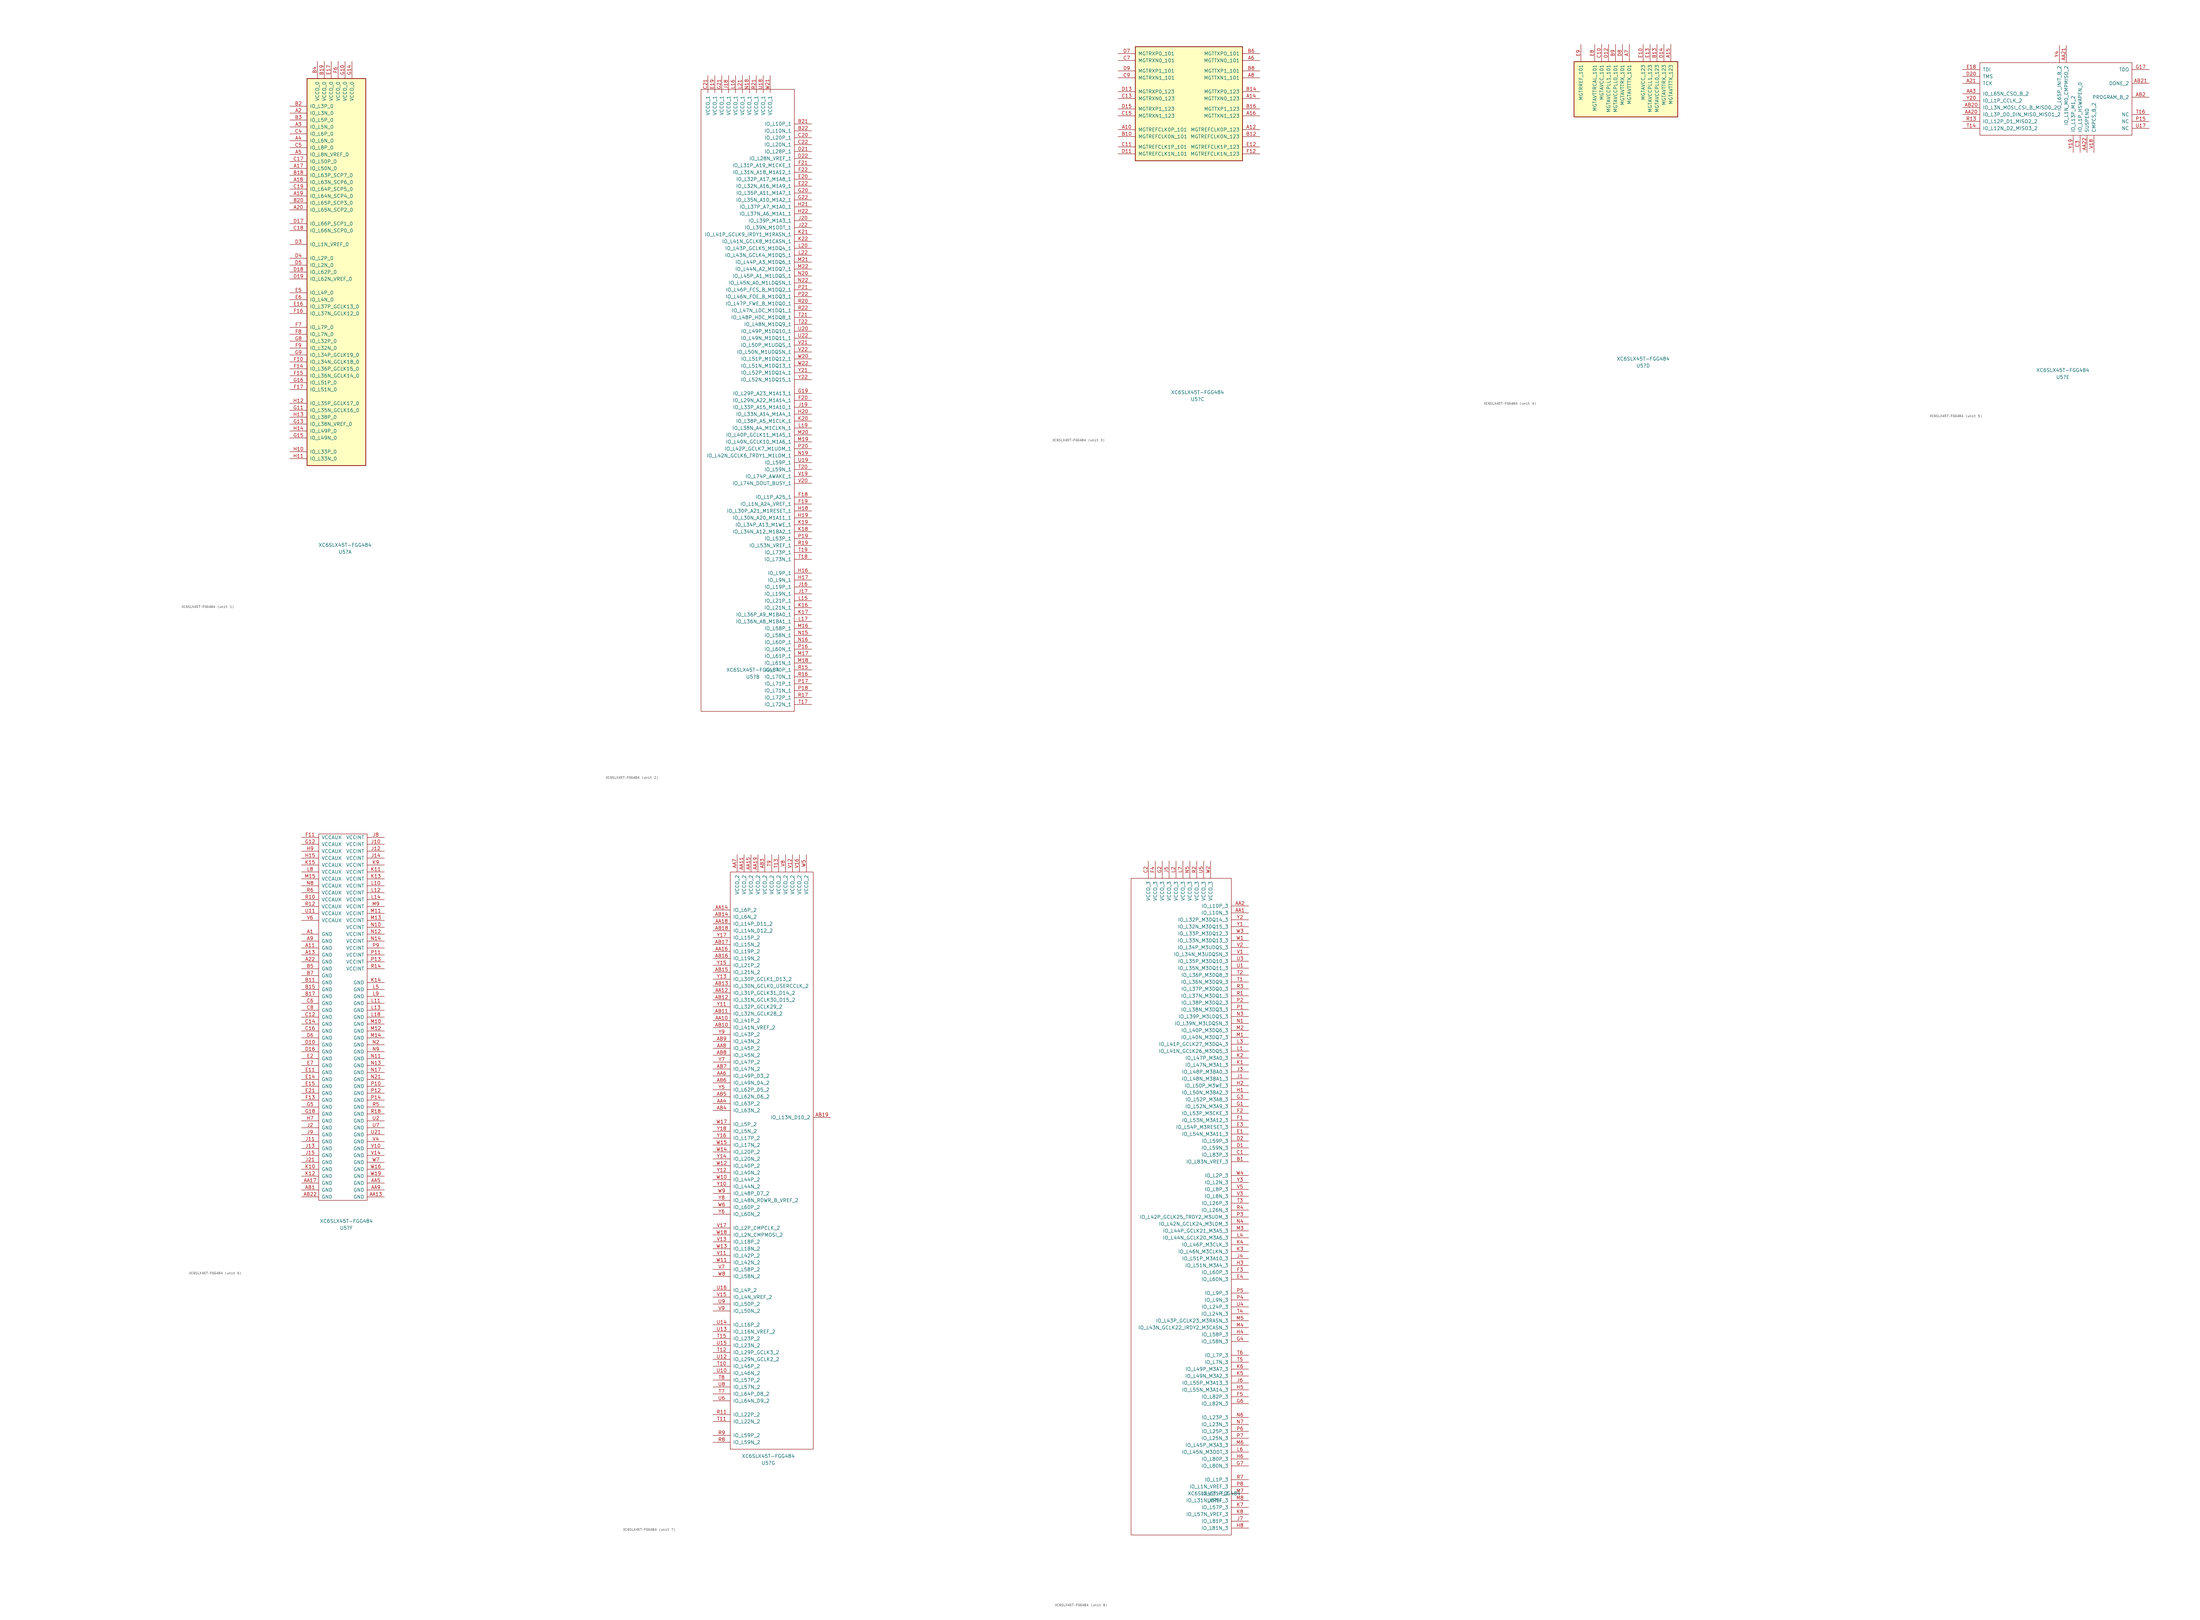
<source format=kicad_sym>
(kicad_symbol_lib
  (version 20241209)
  (generator "kicad_symbol_editor")
  (generator_version "9.0")
  (symbol "XC6SLX45T-FGG484"
    (pin_names
      (offset 1.016))
    (property "Reference" "U5"
      (at 2.54 -102.87 0)
      (effects (font (size 1.27 1.27))))
    (property "Value" "XC6SLX45T-FGG484"
      (at 2.54 -100.33 0)
      (effects (font (size 1.27 1.27))))
    (property "Datasheet" ""
      (at -107.95 7.62 0)
      (effects (font (size 1.27 1.27))))
    (property "ki_locked" ""
      (at 0 0 0)
      (effects (font (size 1.27 1.27))))
    (symbol "XC6SLX45T-FGG484_1_1"
      (rectangle (start -11.43 71.12) (end 10.16 -71.12) (stroke (width 0.254) (type default)) (fill (type background)))
      (pin bidirectional line (at -17.78 60.96 0) (length 6.35) (name "IO_L3P_0" (effects (font (size 1.27 1.27)))) (number "B2" (effects (font (size 1.27 1.27)))))
      (pin bidirectional line (at -17.78 58.42 0) (length 6.35) (name "IO_L3N_0" (effects (font (size 1.27 1.27)))) (number "A2" (effects (font (size 1.27 1.27)))))
      (pin bidirectional line (at -17.78 55.88 0) (length 6.35) (name "IO_L5P_0" (effects (font (size 1.27 1.27)))) (number "B3" (effects (font (size 1.27 1.27)))))
      (pin bidirectional line (at -17.78 53.34 0) (length 6.35) (name "IO_L5N_0" (effects (font (size 1.27 1.27)))) (number "A3" (effects (font (size 1.27 1.27)))))
      (pin bidirectional line (at -17.78 50.8 0) (length 6.35) (name "IO_L6P_0" (effects (font (size 1.27 1.27)))) (number "C4" (effects (font (size 1.27 1.27)))))
      (pin bidirectional line (at -17.78 48.26 0) (length 6.35) (name "IO_L6N_0" (effects (font (size 1.27 1.27)))) (number "A4" (effects (font (size 1.27 1.27)))))
      (pin bidirectional line (at -17.78 45.72 0) (length 6.35) (name "IO_L8P_0" (effects (font (size 1.27 1.27)))) (number "C5" (effects (font (size 1.27 1.27)))))
      (pin bidirectional line (at -17.78 43.18 0) (length 6.35) (name "IO_L8N_VREF_0" (effects (font (size 1.27 1.27)))) (number "A5" (effects (font (size 1.27 1.27)))))
      (pin bidirectional line (at -17.78 40.64 0) (length 6.35) (name "IO_L50P_0" (effects (font (size 1.27 1.27)))) (number "C17" (effects (font (size 1.27 1.27)))))
      (pin bidirectional line (at -17.78 38.1 0) (length 6.35) (name "IO_L50N_0" (effects (font (size 1.27 1.27)))) (number "A17" (effects (font (size 1.27 1.27)))))
      (pin bidirectional line (at -17.78 35.56 0) (length 6.35) (name "IO_L63P_SCP7_0" (effects (font (size 1.27 1.27)))) (number "B18" (effects (font (size 1.27 1.27)))))
      (pin bidirectional line (at -17.78 33.02 0) (length 6.35) (name "IO_L63N_SCP6_0" (effects (font (size 1.27 1.27)))) (number "A18" (effects (font (size 1.27 1.27)))))
      (pin bidirectional line (at -17.78 30.48 0) (length 6.35) (name "IO_L64P_SCP5_0" (effects (font (size 1.27 1.27)))) (number "C19" (effects (font (size 1.27 1.27)))))
      (pin bidirectional line (at -17.78 27.94 0) (length 6.35) (name "IO_L64N_SCP4_0" (effects (font (size 1.27 1.27)))) (number "A19" (effects (font (size 1.27 1.27)))))
      (pin bidirectional line (at -17.78 25.4 0) (length 6.35) (name "IO_L65P_SCP3_0" (effects (font (size 1.27 1.27)))) (number "B20" (effects (font (size 1.27 1.27)))))
      (pin bidirectional line (at -17.78 22.86 0) (length 6.35) (name "IO_L65N_SCP2_0" (effects (font (size 1.27 1.27)))) (number "A20" (effects (font (size 1.27 1.27)))))
      (pin bidirectional line (at -17.78 17.78 0) (length 6.35) (name "IO_L66P_SCP1_0" (effects (font (size 1.27 1.27)))) (number "D17" (effects (font (size 1.27 1.27)))))
      (pin bidirectional line (at -17.78 15.24 0) (length 6.35) (name "IO_L66N_SCP0_0" (effects (font (size 1.27 1.27)))) (number "C18" (effects (font (size 1.27 1.27)))))
      (pin bidirectional line (at -17.78 10.16 0) (length 6.35) (name "IO_L1N_VREF_0" (effects (font (size 1.27 1.27)))) (number "D3" (effects (font (size 1.27 1.27)))))
      (pin bidirectional line (at -17.78 5.08 0) (length 6.35) (name "IO_L2P_0" (effects (font (size 1.27 1.27)))) (number "D4" (effects (font (size 1.27 1.27)))))
      (pin bidirectional line (at -17.78 2.54 0) (length 6.35) (name "IO_L2N_0" (effects (font (size 1.27 1.27)))) (number "D5" (effects (font (size 1.27 1.27)))))
      (pin bidirectional line (at -17.78 0 0) (length 6.35) (name "IO_L62P_0" (effects (font (size 1.27 1.27)))) (number "D18" (effects (font (size 1.27 1.27)))))
      (pin bidirectional line (at -17.78 -2.54 0) (length 6.35) (name "IO_L62N_VREF_0" (effects (font (size 1.27 1.27)))) (number "D19" (effects (font (size 1.27 1.27)))))
      (pin bidirectional line (at -17.78 -7.62 0) (length 6.35) (name "IO_L4P_0" (effects (font (size 1.27 1.27)))) (number "E5" (effects (font (size 1.27 1.27)))))
      (pin bidirectional line (at -17.78 -10.16 0) (length 6.35) (name "IO_L4N_0" (effects (font (size 1.27 1.27)))) (number "E6" (effects (font (size 1.27 1.27)))))
      (pin bidirectional line (at -17.78 -12.7 0) (length 6.35) (name "IO_L37P_GCLK13_0" (effects (font (size 1.27 1.27)))) (number "E16" (effects (font (size 1.27 1.27)))))
      (pin bidirectional line (at -17.78 -15.24 0) (length 6.35) (name "IO_L37N_GCLK12_0" (effects (font (size 1.27 1.27)))) (number "F16" (effects (font (size 1.27 1.27)))))
      (pin bidirectional line (at -17.78 -20.32 0) (length 6.35) (name "IO_L7P_0" (effects (font (size 1.27 1.27)))) (number "F7" (effects (font (size 1.27 1.27)))))
      (pin bidirectional line (at -17.78 -22.86 0) (length 6.35) (name "IO_L7N_0" (effects (font (size 1.27 1.27)))) (number "F8" (effects (font (size 1.27 1.27)))))
      (pin bidirectional line (at -17.78 -25.4 0) (length 6.35) (name "IO_L32P_0" (effects (font (size 1.27 1.27)))) (number "G8" (effects (font (size 1.27 1.27)))))
      (pin bidirectional line (at -17.78 -27.94 0) (length 6.35) (name "IO_L32N_0" (effects (font (size 1.27 1.27)))) (number "F9" (effects (font (size 1.27 1.27)))))
      (pin bidirectional line (at -17.78 -30.48 0) (length 6.35) (name "IO_L34P_GCLK19_0" (effects (font (size 1.27 1.27)))) (number "G9" (effects (font (size 1.27 1.27)))))
      (pin bidirectional line (at -17.78 -33.02 0) (length 6.35) (name "IO_L34N_GCLK18_0" (effects (font (size 1.27 1.27)))) (number "F10" (effects (font (size 1.27 1.27)))))
      (pin bidirectional line (at -17.78 -35.56 0) (length 6.35) (name "IO_L36P_GCLK15_0" (effects (font (size 1.27 1.27)))) (number "F14" (effects (font (size 1.27 1.27)))))
      (pin bidirectional line (at -17.78 -38.1 0) (length 6.35) (name "IO_L36N_GCLK14_0" (effects (font (size 1.27 1.27)))) (number "F15" (effects (font (size 1.27 1.27)))))
      (pin bidirectional line (at -17.78 -40.64 0) (length 6.35) (name "IO_L51P_0" (effects (font (size 1.27 1.27)))) (number "G16" (effects (font (size 1.27 1.27)))))
      (pin bidirectional line (at -17.78 -43.18 0) (length 6.35) (name "IO_L51N_0" (effects (font (size 1.27 1.27)))) (number "F17" (effects (font (size 1.27 1.27)))))
      (pin bidirectional line (at -17.78 -48.26 0) (length 6.35) (name "IO_L35P_GCLK17_0" (effects (font (size 1.27 1.27)))) (number "H12" (effects (font (size 1.27 1.27)))))
      (pin bidirectional line (at -17.78 -50.8 0) (length 6.35) (name "IO_L35N_GCLK16_0" (effects (font (size 1.27 1.27)))) (number "G11" (effects (font (size 1.27 1.27)))))
      (pin bidirectional line (at -17.78 -53.34 0) (length 6.35) (name "IO_L38P_0" (effects (font (size 1.27 1.27)))) (number "H13" (effects (font (size 1.27 1.27)))))
      (pin bidirectional line (at -17.78 -55.88 0) (length 6.35) (name "IO_L38N_VREF_0" (effects (font (size 1.27 1.27)))) (number "G13" (effects (font (size 1.27 1.27)))))
      (pin bidirectional line (at -17.78 -58.42 0) (length 6.35) (name "IO_L49P_0" (effects (font (size 1.27 1.27)))) (number "H14" (effects (font (size 1.27 1.27)))))
      (pin bidirectional line (at -17.78 -60.96 0) (length 6.35) (name "IO_L49N_0" (effects (font (size 1.27 1.27)))) (number "G15" (effects (font (size 1.27 1.27)))))
      (pin bidirectional line (at -17.78 -66.04 0) (length 6.35) (name "IO_L33P_0" (effects (font (size 1.27 1.27)))) (number "H10" (effects (font (size 1.27 1.27)))))
      (pin bidirectional line (at -17.78 -68.58 0) (length 6.35) (name "IO_L33N_0" (effects (font (size 1.27 1.27)))) (number "H11" (effects (font (size 1.27 1.27)))))
      (pin power_in line (at -7.62 77.47 270) (length 6.35) (name "VCCO_0" (effects (font (size 1.27 1.27)))) (number "B4" (effects (font (size 1.27 1.27)))))
      (pin power_in line (at -5.08 77.47 270) (length 6.35) (name "VCCO_0" (effects (font (size 1.27 1.27)))) (number "B19" (effects (font (size 1.27 1.27)))))
      (pin power_in line (at -2.54 77.47 270) (length 6.35) (name "VCCO_0" (effects (font (size 1.27 1.27)))) (number "E17" (effects (font (size 1.27 1.27)))))
      (pin power_in line (at 0 77.47 270) (length 6.35) (name "VCCO_0" (effects (font (size 1.27 1.27)))) (number "F6" (effects (font (size 1.27 1.27)))))
      (pin power_in line (at 2.54 77.47 270) (length 6.35) (name "VCCO_0" (effects (font (size 1.27 1.27)))) (number "G10" (effects (font (size 1.27 1.27)))))
      (pin power_in line (at 5.08 77.47 270) (length 6.35) (name "VCCO_0" (effects (font (size 1.27 1.27)))) (number "G14" (effects (font (size 1.27 1.27))))))
    (symbol "XC6SLX45T-FGG484_2_1"
      (rectangle (start -16.51 113.03) (end 17.78 -115.57) (stroke (width 0) (type default)) (fill (type none)))
      (pin power_in line (at -13.97 118.11 270) (length 6.35) (name "VCCO_1" (effects (font (size 1.27 1.27)))) (number "C21" (effects (font (size 1.27 1.27)))))
      (pin power_in line (at -11.43 118.11 270) (length 6.35) (name "VCCO_1" (effects (font (size 1.27 1.27)))) (number "E19" (effects (font (size 1.27 1.27)))))
      (pin power_in line (at -8.89 118.11 270) (length 6.35) (name "VCCO_1" (effects (font (size 1.27 1.27)))) (number "G21" (effects (font (size 1.27 1.27)))))
      (pin power_in line (at -6.35 118.11 270) (length 6.35) (name "VCCO_1" (effects (font (size 1.27 1.27)))) (number "J18" (effects (font (size 1.27 1.27)))))
      (pin power_in line (at -3.81 118.11 270) (length 6.35) (name "VCCO_1" (effects (font (size 1.27 1.27)))) (number "L16" (effects (font (size 1.27 1.27)))))
      (pin power_in line (at -1.27 118.11 270) (length 6.35) (name "VCCO_1" (effects (font (size 1.27 1.27)))) (number "L21" (effects (font (size 1.27 1.27)))))
      (pin power_in line (at 1.27 118.11 270) (length 6.35) (name "VCCO_1" (effects (font (size 1.27 1.27)))) (number "N18" (effects (font (size 1.27 1.27)))))
      (pin power_in line (at 3.81 118.11 270) (length 6.35) (name "VCCO_1" (effects (font (size 1.27 1.27)))) (number "R21" (effects (font (size 1.27 1.27)))))
      (pin power_in line (at 6.35 118.11 270) (length 6.35) (name "VCCO_1" (effects (font (size 1.27 1.27)))) (number "U18" (effects (font (size 1.27 1.27)))))
      (pin power_in line (at 8.89 118.11 270) (length 6.35) (name "VCCO_1" (effects (font (size 1.27 1.27)))) (number "W21" (effects (font (size 1.27 1.27)))))
      (pin bidirectional line (at 24.13 100.33 180) (length 6.35) (name "IO_L10P_1" (effects (font (size 1.27 1.27)))) (number "B21" (effects (font (size 1.27 1.27)))))
      (pin bidirectional line (at 24.13 97.79 180) (length 6.35) (name "IO_L10N_1" (effects (font (size 1.27 1.27)))) (number "B22" (effects (font (size 1.27 1.27)))))
      (pin bidirectional line (at 24.13 95.25 180) (length 6.35) (name "IO_L20P_1" (effects (font (size 1.27 1.27)))) (number "C20" (effects (font (size 1.27 1.27)))))
      (pin bidirectional line (at 24.13 92.71 180) (length 6.35) (name "IO_L20N_1" (effects (font (size 1.27 1.27)))) (number "C22" (effects (font (size 1.27 1.27)))))
      (pin bidirectional line (at 24.13 90.17 180) (length 6.35) (name "IO_L28P_1" (effects (font (size 1.27 1.27)))) (number "D21" (effects (font (size 1.27 1.27)))))
      (pin bidirectional line (at 24.13 87.63 180) (length 6.35) (name "IO_L28N_VREF_1" (effects (font (size 1.27 1.27)))) (number "D22" (effects (font (size 1.27 1.27)))))
      (pin bidirectional line (at 24.13 85.09 180) (length 6.35) (name "IO_L31P_A19_M1CKE_1" (effects (font (size 1.27 1.27)))) (number "F21" (effects (font (size 1.27 1.27)))))
      (pin bidirectional line (at 24.13 82.55 180) (length 6.35) (name "IO_L31N_A18_M1A12_1" (effects (font (size 1.27 1.27)))) (number "F22" (effects (font (size 1.27 1.27)))))
      (pin bidirectional line (at 24.13 80.01 180) (length 6.35) (name "IO_L32P_A17_M1A8_1" (effects (font (size 1.27 1.27)))) (number "E20" (effects (font (size 1.27 1.27)))))
      (pin bidirectional line (at 24.13 77.47 180) (length 6.35) (name "IO_L32N_A16_M1A9_1" (effects (font (size 1.27 1.27)))) (number "E22" (effects (font (size 1.27 1.27)))))
      (pin bidirectional line (at 24.13 74.93 180) (length 6.35) (name "IO_L35P_A11_M1A7_1" (effects (font (size 1.27 1.27)))) (number "G20" (effects (font (size 1.27 1.27)))))
      (pin bidirectional line (at 24.13 72.39 180) (length 6.35) (name "IO_L35N_A10_M1A2_1" (effects (font (size 1.27 1.27)))) (number "G22" (effects (font (size 1.27 1.27)))))
      (pin bidirectional line (at 24.13 69.85 180) (length 6.35) (name "IO_L37P_A7_M1A0_1" (effects (font (size 1.27 1.27)))) (number "H21" (effects (font (size 1.27 1.27)))))
      (pin bidirectional line (at 24.13 67.31 180) (length 6.35) (name "IO_L37N_A6_M1A1_1" (effects (font (size 1.27 1.27)))) (number "H22" (effects (font (size 1.27 1.27)))))
      (pin bidirectional line (at 24.13 64.77 180) (length 6.35) (name "IO_L39P_M1A3_1" (effects (font (size 1.27 1.27)))) (number "J20" (effects (font (size 1.27 1.27)))))
      (pin bidirectional line (at 24.13 62.23 180) (length 6.35) (name "IO_L39N_M1ODT_1" (effects (font (size 1.27 1.27)))) (number "J22" (effects (font (size 1.27 1.27)))))
      (pin bidirectional line (at 24.13 59.69 180) (length 6.35) (name "IO_L41P_GCLK9_IRDY1_M1RASN_1" (effects (font (size 1.27 1.27)))) (number "K21" (effects (font (size 1.27 1.27)))))
      (pin bidirectional line (at 24.13 57.15 180) (length 6.35) (name "IO_L41N_GCLK8_M1CASN_1" (effects (font (size 1.27 1.27)))) (number "K22" (effects (font (size 1.27 1.27)))))
      (pin bidirectional line (at 24.13 54.61 180) (length 6.35) (name "IO_L43P_GCLK5_M1DQ4_1" (effects (font (size 1.27 1.27)))) (number "L20" (effects (font (size 1.27 1.27)))))
      (pin bidirectional line (at 24.13 52.07 180) (length 6.35) (name "IO_L43N_GCLK4_M1DQ5_1" (effects (font (size 1.27 1.27)))) (number "L22" (effects (font (size 1.27 1.27)))))
      (pin bidirectional line (at 24.13 49.53 180) (length 6.35) (name "IO_L44P_A3_M1DQ6_1" (effects (font (size 1.27 1.27)))) (number "M21" (effects (font (size 1.27 1.27)))))
      (pin bidirectional line (at 24.13 46.99 180) (length 6.35) (name "IO_L44N_A2_M1DQ7_1" (effects (font (size 1.27 1.27)))) (number "M22" (effects (font (size 1.27 1.27)))))
      (pin bidirectional line (at 24.13 44.45 180) (length 6.35) (name "IO_L45P_A1_M1LDQS_1" (effects (font (size 1.27 1.27)))) (number "N20" (effects (font (size 1.27 1.27)))))
      (pin bidirectional line (at 24.13 41.91 180) (length 6.35) (name "IO_L45N_A0_M1LDQSN_1" (effects (font (size 1.27 1.27)))) (number "N22" (effects (font (size 1.27 1.27)))))
      (pin bidirectional line (at 24.13 39.37 180) (length 6.35) (name "IO_L46P_FCS_B_M1DQ2_1" (effects (font (size 1.27 1.27)))) (number "P21" (effects (font (size 1.27 1.27)))))
      (pin bidirectional line (at 24.13 36.83 180) (length 6.35) (name "IO_L46N_FOE_B_M1DQ3_1" (effects (font (size 1.27 1.27)))) (number "P22" (effects (font (size 1.27 1.27)))))
      (pin bidirectional line (at 24.13 34.29 180) (length 6.35) (name "IO_L47P_FWE_B_M1DQ0_1" (effects (font (size 1.27 1.27)))) (number "R20" (effects (font (size 1.27 1.27)))))
      (pin bidirectional line (at 24.13 31.75 180) (length 6.35) (name "IO_L47N_LDC_M1DQ1_1" (effects (font (size 1.27 1.27)))) (number "R22" (effects (font (size 1.27 1.27)))))
      (pin bidirectional line (at 24.13 29.21 180) (length 6.35) (name "IO_L48P_HDC_M1DQ8_1" (effects (font (size 1.27 1.27)))) (number "T21" (effects (font (size 1.27 1.27)))))
      (pin bidirectional line (at 24.13 26.67 180) (length 6.35) (name "IO_L48N_M1DQ9_1" (effects (font (size 1.27 1.27)))) (number "T22" (effects (font (size 1.27 1.27)))))
      (pin bidirectional line (at 24.13 24.13 180) (length 6.35) (name "IO_L49P_M1DQ10_1" (effects (font (size 1.27 1.27)))) (number "U20" (effects (font (size 1.27 1.27)))))
      (pin bidirectional line (at 24.13 21.59 180) (length 6.35) (name "IO_L49N_M1DQ11_1" (effects (font (size 1.27 1.27)))) (number "U22" (effects (font (size 1.27 1.27)))))
      (pin bidirectional line (at 24.13 19.05 180) (length 6.35) (name "IO_L50P_M1UDQS_1" (effects (font (size 1.27 1.27)))) (number "V21" (effects (font (size 1.27 1.27)))))
      (pin bidirectional line (at 24.13 16.51 180) (length 6.35) (name "IO_L50N_M1UDQSN_1" (effects (font (size 1.27 1.27)))) (number "V22" (effects (font (size 1.27 1.27)))))
      (pin bidirectional line (at 24.13 13.97 180) (length 6.35) (name "IO_L51P_M1DQ12_1" (effects (font (size 1.27 1.27)))) (number "W20" (effects (font (size 1.27 1.27)))))
      (pin bidirectional line (at 24.13 11.43 180) (length 6.35) (name "IO_L51N_M1DQ13_1" (effects (font (size 1.27 1.27)))) (number "W22" (effects (font (size 1.27 1.27)))))
      (pin bidirectional line (at 24.13 8.89 180) (length 6.35) (name "IO_L52P_M1DQ14_1" (effects (font (size 1.27 1.27)))) (number "Y21" (effects (font (size 1.27 1.27)))))
      (pin bidirectional line (at 24.13 6.35 180) (length 6.35) (name "IO_L52N_M1DQ15_1" (effects (font (size 1.27 1.27)))) (number "Y22" (effects (font (size 1.27 1.27)))))
      (pin bidirectional line (at 24.13 1.27 180) (length 6.35) (name "IO_L29P_A23_M1A13_1" (effects (font (size 1.27 1.27)))) (number "G19" (effects (font (size 1.27 1.27)))))
      (pin bidirectional line (at 24.13 -1.27 180) (length 6.35) (name "IO_L29N_A22_M1A14_1" (effects (font (size 1.27 1.27)))) (number "F20" (effects (font (size 1.27 1.27)))))
      (pin bidirectional line (at 24.13 -3.81 180) (length 6.35) (name "IO_L33P_A15_M1A10_1" (effects (font (size 1.27 1.27)))) (number "J19" (effects (font (size 1.27 1.27)))))
      (pin bidirectional line (at 24.13 -6.35 180) (length 6.35) (name "IO_L33N_A14_M1A4_1" (effects (font (size 1.27 1.27)))) (number "H20" (effects (font (size 1.27 1.27)))))
      (pin bidirectional line (at 24.13 -8.89 180) (length 6.35) (name "IO_L38P_A5_M1CLK_1" (effects (font (size 1.27 1.27)))) (number "K20" (effects (font (size 1.27 1.27)))))
      (pin bidirectional line (at 24.13 -11.43 180) (length 6.35) (name "IO_L38N_A4_M1CLKN_1" (effects (font (size 1.27 1.27)))) (number "L19" (effects (font (size 1.27 1.27)))))
      (pin bidirectional line (at 24.13 -13.97 180) (length 6.35) (name "IO_L40P_GCLK11_M1A5_1" (effects (font (size 1.27 1.27)))) (number "M20" (effects (font (size 1.27 1.27)))))
      (pin bidirectional line (at 24.13 -16.51 180) (length 6.35) (name "IO_L40N_GCLK10_M1A6_1" (effects (font (size 1.27 1.27)))) (number "M19" (effects (font (size 1.27 1.27)))))
      (pin bidirectional line (at 24.13 -19.05 180) (length 6.35) (name "IO_L42P_GCLK7_M1UDM_1" (effects (font (size 1.27 1.27)))) (number "P20" (effects (font (size 1.27 1.27)))))
      (pin bidirectional line (at 24.13 -21.59 180) (length 6.35) (name "IO_L42N_GCLK6_TRDY1_M1LDM_1" (effects (font (size 1.27 1.27)))) (number "N19" (effects (font (size 1.27 1.27)))))
      (pin bidirectional line (at 24.13 -24.13 180) (length 6.35) (name "IO_L59P_1" (effects (font (size 1.27 1.27)))) (number "U19" (effects (font (size 1.27 1.27)))))
      (pin bidirectional line (at 24.13 -26.67 180) (length 6.35) (name "IO_L59N_1" (effects (font (size 1.27 1.27)))) (number "T20" (effects (font (size 1.27 1.27)))))
      (pin bidirectional line (at 24.13 -29.21 180) (length 6.35) (name "IO_L74P_AWAKE_1" (effects (font (size 1.27 1.27)))) (number "V19" (effects (font (size 1.27 1.27)))))
      (pin bidirectional line (at 24.13 -31.75 180) (length 6.35) (name "IO_L74N_DOUT_BUSY_1" (effects (font (size 1.27 1.27)))) (number "V20" (effects (font (size 1.27 1.27)))))
      (pin bidirectional line (at 24.13 -36.83 180) (length 6.35) (name "IO_L1P_A25_1" (effects (font (size 1.27 1.27)))) (number "F18" (effects (font (size 1.27 1.27)))))
      (pin bidirectional line (at 24.13 -39.37 180) (length 6.35) (name "IO_L1N_A24_VREF_1" (effects (font (size 1.27 1.27)))) (number "F19" (effects (font (size 1.27 1.27)))))
      (pin bidirectional line (at 24.13 -41.91 180) (length 6.35) (name "IO_L30P_A21_M1RESET_1" (effects (font (size 1.27 1.27)))) (number "H18" (effects (font (size 1.27 1.27)))))
      (pin bidirectional line (at 24.13 -44.45 180) (length 6.35) (name "IO_L30N_A20_M1A11_1" (effects (font (size 1.27 1.27)))) (number "H19" (effects (font (size 1.27 1.27)))))
      (pin bidirectional line (at 24.13 -46.99 180) (length 6.35) (name "IO_L34P_A13_M1WE_1" (effects (font (size 1.27 1.27)))) (number "K19" (effects (font (size 1.27 1.27)))))
      (pin bidirectional line (at 24.13 -49.53 180) (length 6.35) (name "IO_L34N_A12_M1BA2_1" (effects (font (size 1.27 1.27)))) (number "K18" (effects (font (size 1.27 1.27)))))
      (pin bidirectional line (at 24.13 -52.07 180) (length 6.35) (name "IO_L53P_1" (effects (font (size 1.27 1.27)))) (number "P19" (effects (font (size 1.27 1.27)))))
      (pin bidirectional line (at 24.13 -54.61 180) (length 6.35) (name "IO_L53N_VREF_1" (effects (font (size 1.27 1.27)))) (number "R19" (effects (font (size 1.27 1.27)))))
      (pin bidirectional line (at 24.13 -57.15 180) (length 6.35) (name "IO_L73P_1" (effects (font (size 1.27 1.27)))) (number "T19" (effects (font (size 1.27 1.27)))))
      (pin bidirectional line (at 24.13 -59.69 180) (length 6.35) (name "IO_L73N_1" (effects (font (size 1.27 1.27)))) (number "T18" (effects (font (size 1.27 1.27)))))
      (pin bidirectional line (at 24.13 -64.77 180) (length 6.35) (name "IO_L9P_1" (effects (font (size 1.27 1.27)))) (number "H16" (effects (font (size 1.27 1.27)))))
      (pin bidirectional line (at 24.13 -67.31 180) (length 6.35) (name "IO_L9N_1" (effects (font (size 1.27 1.27)))) (number "H17" (effects (font (size 1.27 1.27)))))
      (pin bidirectional line (at 24.13 -69.85 180) (length 6.35) (name "IO_L19P_1" (effects (font (size 1.27 1.27)))) (number "J16" (effects (font (size 1.27 1.27)))))
      (pin bidirectional line (at 24.13 -72.39 180) (length 6.35) (name "IO_L19N_1" (effects (font (size 1.27 1.27)))) (number "J17" (effects (font (size 1.27 1.27)))))
      (pin bidirectional line (at 24.13 -74.93 180) (length 6.35) (name "IO_L21P_1" (effects (font (size 1.27 1.27)))) (number "L15" (effects (font (size 1.27 1.27)))))
      (pin bidirectional line (at 24.13 -77.47 180) (length 6.35) (name "IO_L21N_1" (effects (font (size 1.27 1.27)))) (number "K16" (effects (font (size 1.27 1.27)))))
      (pin bidirectional line (at 24.13 -80.01 180) (length 6.35) (name "IO_L36P_A9_M1BA0_1" (effects (font (size 1.27 1.27)))) (number "K17" (effects (font (size 1.27 1.27)))))
      (pin bidirectional line (at 24.13 -82.55 180) (length 6.35) (name "IO_L36N_A8_M1BA1_1" (effects (font (size 1.27 1.27)))) (number "L17" (effects (font (size 1.27 1.27)))))
      (pin bidirectional line (at 24.13 -85.09 180) (length 6.35) (name "IO_L58P_1" (effects (font (size 1.27 1.27)))) (number "M16" (effects (font (size 1.27 1.27)))))
      (pin bidirectional line (at 24.13 -87.63 180) (length 6.35) (name "IO_L58N_1" (effects (font (size 1.27 1.27)))) (number "N15" (effects (font (size 1.27 1.27)))))
      (pin bidirectional line (at 24.13 -90.17 180) (length 6.35) (name "IO_L60P_1" (effects (font (size 1.27 1.27)))) (number "N16" (effects (font (size 1.27 1.27)))))
      (pin bidirectional line (at 24.13 -92.71 180) (length 6.35) (name "IO_L60N_1" (effects (font (size 1.27 1.27)))) (number "P16" (effects (font (size 1.27 1.27)))))
      (pin bidirectional line (at 24.13 -95.25 180) (length 6.35) (name "IO_L61P_1" (effects (font (size 1.27 1.27)))) (number "M17" (effects (font (size 1.27 1.27)))))
      (pin bidirectional line (at 24.13 -97.79 180) (length 6.35) (name "IO_L61N_1" (effects (font (size 1.27 1.27)))) (number "M18" (effects (font (size 1.27 1.27)))))
      (pin bidirectional line (at 24.13 -100.33 180) (length 6.35) (name "IO_L70P_1" (effects (font (size 1.27 1.27)))) (number "R15" (effects (font (size 1.27 1.27)))))
      (pin bidirectional line (at 24.13 -102.87 180) (length 6.35) (name "IO_L70N_1" (effects (font (size 1.27 1.27)))) (number "R16" (effects (font (size 1.27 1.27)))))
      (pin bidirectional line (at 24.13 -105.41 180) (length 6.35) (name "IO_L71P_1" (effects (font (size 1.27 1.27)))) (number "P17" (effects (font (size 1.27 1.27)))))
      (pin bidirectional line (at 24.13 -107.95 180) (length 6.35) (name "IO_L71N_1" (effects (font (size 1.27 1.27)))) (number "P18" (effects (font (size 1.27 1.27)))))
      (pin bidirectional line (at 24.13 -110.49 180) (length 6.35) (name "IO_L72P_1" (effects (font (size 1.27 1.27)))) (number "R17" (effects (font (size 1.27 1.27)))))
      (pin bidirectional line (at 24.13 -113.03 180) (length 6.35) (name "IO_L72N_1" (effects (font (size 1.27 1.27)))) (number "T17" (effects (font (size 1.27 1.27))))))
    (symbol "XC6SLX45T-FGG484_3_1"
      (rectangle (start -20.32 26.67) (end 19.05 -15.24) (stroke (width 0.254) (type default)) (fill (type background)))
      (pin bidirectional line (at -26.67 24.13 0) (length 6.35) (name "MGTRXP0_101" (effects (font (size 1.27 1.27)))) (number "D7" (effects (font (size 1.27 1.27)))))
      (pin bidirectional line (at -26.67 21.59 0) (length 6.35) (name "MGTRXN0_101" (effects (font (size 1.27 1.27)))) (number "C7" (effects (font (size 1.27 1.27)))))
      (pin bidirectional line (at -26.67 17.78 0) (length 6.35) (name "MGTRXP1_101" (effects (font (size 1.27 1.27)))) (number "D9" (effects (font (size 1.27 1.27)))))
      (pin bidirectional line (at -26.67 15.24 0) (length 6.35) (name "MGTRXN1_101" (effects (font (size 1.27 1.27)))) (number "C9" (effects (font (size 1.27 1.27)))))
      (pin bidirectional line (at -26.67 10.16 0) (length 6.35) (name "MGTRXP0_123" (effects (font (size 1.27 1.27)))) (number "D13" (effects (font (size 1.27 1.27)))))
      (pin bidirectional line (at -26.67 7.62 0) (length 6.35) (name "MGTRXN0_123" (effects (font (size 1.27 1.27)))) (number "C13" (effects (font (size 1.27 1.27)))))
      (pin bidirectional line (at -26.67 3.81 0) (length 6.35) (name "MGTRXP1_123" (effects (font (size 1.27 1.27)))) (number "D15" (effects (font (size 1.27 1.27)))))
      (pin bidirectional line (at -26.67 1.27 0) (length 6.35) (name "MGTRXN1_123" (effects (font (size 1.27 1.27)))) (number "C15" (effects (font (size 1.27 1.27)))))
      (pin bidirectional line (at -26.67 -3.81 0) (length 6.35) (name "MGTREFCLK0P_101" (effects (font (size 1.27 1.27)))) (number "A10" (effects (font (size 1.27 1.27)))))
      (pin bidirectional line (at -26.67 -6.35 0) (length 6.35) (name "MGTREFCLK0N_101" (effects (font (size 1.27 1.27)))) (number "B10" (effects (font (size 1.27 1.27)))))
      (pin bidirectional line (at -26.67 -10.16 0) (length 6.35) (name "MGTREFCLK1P_101" (effects (font (size 1.27 1.27)))) (number "C11" (effects (font (size 1.27 1.27)))))
      (pin bidirectional line (at -26.67 -12.7 0) (length 6.35) (name "MGTREFCLK1N_101" (effects (font (size 1.27 1.27)))) (number "D11" (effects (font (size 1.27 1.27)))))
      (pin bidirectional line (at 25.4 24.13 180) (length 6.35) (name "MGTTXP0_101" (effects (font (size 1.27 1.27)))) (number "B6" (effects (font (size 1.27 1.27)))))
      (pin bidirectional line (at 25.4 21.59 180) (length 6.35) (name "MGTTXN0_101" (effects (font (size 1.27 1.27)))) (number "A6" (effects (font (size 1.27 1.27)))))
      (pin bidirectional line (at 25.4 17.78 180) (length 6.35) (name "MGTTXP1_101" (effects (font (size 1.27 1.27)))) (number "B8" (effects (font (size 1.27 1.27)))))
      (pin bidirectional line (at 25.4 15.24 180) (length 6.35) (name "MGTTXN1_101" (effects (font (size 1.27 1.27)))) (number "A8" (effects (font (size 1.27 1.27)))))
      (pin bidirectional line (at 25.4 10.16 180) (length 6.35) (name "MGTTXP0_123" (effects (font (size 1.27 1.27)))) (number "B14" (effects (font (size 1.27 1.27)))))
      (pin bidirectional line (at 25.4 7.62 180) (length 6.35) (name "MGTTXN0_123" (effects (font (size 1.27 1.27)))) (number "A14" (effects (font (size 1.27 1.27)))))
      (pin bidirectional line (at 25.4 3.81 180) (length 6.35) (name "MGTTXP1_123" (effects (font (size 1.27 1.27)))) (number "B16" (effects (font (size 1.27 1.27)))))
      (pin bidirectional line (at 25.4 1.27 180) (length 6.35) (name "MGTTXN1_123" (effects (font (size 1.27 1.27)))) (number "A16" (effects (font (size 1.27 1.27)))))
      (pin bidirectional line (at 25.4 -3.81 180) (length 6.35) (name "MGTREFCLK0P_123" (effects (font (size 1.27 1.27)))) (number "A12" (effects (font (size 1.27 1.27)))))
      (pin bidirectional line (at 25.4 -6.35 180) (length 6.35) (name "MGTREFCLK0N_123" (effects (font (size 1.27 1.27)))) (number "B12" (effects (font (size 1.27 1.27)))))
      (pin bidirectional line (at 25.4 -10.16 180) (length 6.35) (name "MGTREFCLK1P_123" (effects (font (size 1.27 1.27)))) (number "E12" (effects (font (size 1.27 1.27)))))
      (pin bidirectional line (at 25.4 -12.7 180) (length 6.35) (name "MGTREFCLK1N_123" (effects (font (size 1.27 1.27)))) (number "F12" (effects (font (size 1.27 1.27))))))
    (symbol "XC6SLX45T-FGG484_4_1"
      (rectangle (start -22.86 8.89) (end 15.24 -11.43) (stroke (width 0.254) (type default)) (fill (type background)))
      (pin power_in line (at -20.32 15.24 270) (length 6.35) (name "MGTRREF_101" (effects (font (size 1.27 1.27)))) (number "E9" (effects (font (size 1.27 1.27)))))
      (pin power_in line (at -15.24 15.24 270) (length 6.35) (name "MGTAVTTRCAL_101" (effects (font (size 1.27 1.27)))) (number "E8" (effects (font (size 1.27 1.27)))))
      (pin power_in line (at -12.7 15.24 270) (length 6.35) (name "MGTAVCC_101" (effects (font (size 1.27 1.27)))) (number "C10" (effects (font (size 1.27 1.27)))))
      (pin power_in line (at -10.16 15.24 270) (length 6.35) (name "MGTAVCCPLL1_101" (effects (font (size 1.27 1.27)))) (number "D12" (effects (font (size 1.27 1.27)))))
      (pin power_in line (at -7.62 15.24 270) (length 6.35) (name "MGTAVCCPLL0_101" (effects (font (size 1.27 1.27)))) (number "B9" (effects (font (size 1.27 1.27)))))
      (pin power_in line (at -5.08 15.24 270) (length 6.35) (name "MGTAVTTRX_101" (effects (font (size 1.27 1.27)))) (number "D8" (effects (font (size 1.27 1.27)))))
      (pin power_in line (at -2.54 15.24 270) (length 6.35) (name "MGTAVTTTX_101" (effects (font (size 1.27 1.27)))) (number "A7" (effects (font (size 1.27 1.27)))))
      (pin power_in line (at 2.54 15.24 270) (length 6.35) (name "MGTAVCC_123" (effects (font (size 1.27 1.27)))) (number "E10" (effects (font (size 1.27 1.27)))))
      (pin power_in line (at 5.08 15.24 270) (length 6.35) (name "MGTAVCCPLL1_123" (effects (font (size 1.27 1.27)))) (number "E13" (effects (font (size 1.27 1.27)))))
      (pin power_in line (at 7.62 15.24 270) (length 6.35) (name "MGTAVCCPLL0_123" (effects (font (size 1.27 1.27)))) (number "B13" (effects (font (size 1.27 1.27)))))
      (pin power_in line (at 10.16 15.24 270) (length 6.35) (name "MGTAVTTRX_123" (effects (font (size 1.27 1.27)))) (number "D14" (effects (font (size 1.27 1.27)))))
      (pin power_in line (at 12.7 15.24 270) (length 6.35) (name "MGTAVTTTX_123" (effects (font (size 1.27 1.27)))) (number "A15" (effects (font (size 1.27 1.27))))))
    (symbol "XC6SLX45T-FGG484_5_1"
      (rectangle (start -27.94 12.7) (end 27.94 -13.97) (stroke (width 0) (type default)) (fill (type none)))
      (pin bidirectional line (at -34.29 10.16 0) (length 6.35) (name "TDI" (effects (font (size 1.27 1.27)))) (number "E18" (effects (font (size 1.27 1.27)))))
      (pin bidirectional line (at -34.29 7.62 0) (length 6.35) (name "TMS" (effects (font (size 1.27 1.27)))) (number "D20" (effects (font (size 1.27 1.27)))))
      (pin bidirectional line (at -34.29 5.08 0) (length 6.35) (name "TCK" (effects (font (size 1.27 1.27)))) (number "A21" (effects (font (size 1.27 1.27)))))
      (pin bidirectional line (at -34.29 1.27 0) (length 6.35) (name "IO_L65N_CSO_B_2" (effects (font (size 1.27 1.27)))) (number "AA3" (effects (font (size 1.27 1.27)))))
      (pin bidirectional line (at -34.29 -1.27 0) (length 6.35) (name "IO_L1P_CCLK_2" (effects (font (size 1.27 1.27)))) (number "Y20" (effects (font (size 1.27 1.27)))))
      (pin bidirectional line (at -34.29 -3.81 0) (length 6.35) (name "IO_L3N_MOSI_CSI_B_MISO0_2" (effects (font (size 1.27 1.27)))) (number "AB20" (effects (font (size 1.27 1.27)))))
      (pin bidirectional line (at -34.29 -6.35 0) (length 6.35) (name "IO_L3P_D0_DIN_MISO_MISO1_2" (effects (font (size 1.27 1.27)))) (number "AA20" (effects (font (size 1.27 1.27)))))
      (pin bidirectional line (at -34.29 -8.89 0) (length 6.35) (name "IO_L12P_D1_MISO2_2" (effects (font (size 1.27 1.27)))) (number "R13" (effects (font (size 1.27 1.27)))))
      (pin bidirectional line (at -34.29 -11.43 0) (length 6.35) (name "IO_L12N_D2_MISO3_2" (effects (font (size 1.27 1.27)))) (number "T14" (effects (font (size 1.27 1.27)))))
      (pin bidirectional line (at 1.27 19.05 270) (length 6.35) (name "IO_L65P_INIT_B_2" (effects (font (size 1.27 1.27)))) (number "Y4" (effects (font (size 1.27 1.27)))))
      (pin bidirectional line (at 3.81 19.05 270) (length 6.35) (name "IO_L1N_M0_CMPMISO_2" (effects (font (size 1.27 1.27)))) (number "AA21" (effects (font (size 1.27 1.27)))))
      (pin bidirectional line (at 6.35 -20.32 90) (length 6.35) (name "IO_L13P_M1_2" (effects (font (size 1.27 1.27)))) (number "Y19" (effects (font (size 1.27 1.27)))))
      (pin bidirectional line (at 8.89 -20.32 90) (length 6.35) (name "IO_L1P_HSWAPEN_0" (effects (font (size 1.27 1.27)))) (number "C3" (effects (font (size 1.27 1.27)))))
      (pin bidirectional line (at 11.43 -20.32 90) (length 6.35) (name "SUSPEND" (effects (font (size 1.27 1.27)))) (number "AA22" (effects (font (size 1.27 1.27)))))
      (pin bidirectional line (at 13.97 -20.32 90) (length 6.35) (name "CMPCS_B_2" (effects (font (size 1.27 1.27)))) (number "V18" (effects (font (size 1.27 1.27)))))
      (pin bidirectional line (at 34.29 10.16 180) (length 6.35) (name "TDO" (effects (font (size 1.27 1.27)))) (number "G17" (effects (font (size 1.27 1.27)))))
      (pin bidirectional line (at 34.29 5.08 180) (length 6.35) (name "DONE_2" (effects (font (size 1.27 1.27)))) (number "AB21" (effects (font (size 1.27 1.27)))))
      (pin bidirectional line (at 34.29 0 180) (length 6.35) (name "PROGRAM_B_2" (effects (font (size 1.27 1.27)))) (number "AB2" (effects (font (size 1.27 1.27)))))
      (pin bidirectional line (at 34.29 -6.35 180) (length 6.35) (name "NC" (effects (font (size 1.27 1.27)))) (number "T16" (effects (font (size 1.27 1.27)))))
      (pin bidirectional line (at 34.29 -8.89 180) (length 6.35) (name "NC" (effects (font (size 1.27 1.27)))) (number "P15" (effects (font (size 1.27 1.27)))))
      (pin bidirectional line (at 34.29 -11.43 180) (length 6.35) (name "NC" (effects (font (size 1.27 1.27)))) (number "U17" (effects (font (size 1.27 1.27))))))
    (symbol "XC6SLX45T-FGG484_6_1"
      (rectangle (start -7.62 41.91) (end 10.16 -92.71) (stroke (width 0) (type default)) (fill (type none)))
      (pin power_in line (at -13.97 40.64 0) (length 6.35) (name "VCCAUX" (effects (font (size 1.27 1.27)))) (number "F11" (effects (font (size 1.27 1.27)))))
      (pin power_in line (at -13.97 38.1 0) (length 6.35) (name "VCCAUX" (effects (font (size 1.27 1.27)))) (number "G12" (effects (font (size 1.27 1.27)))))
      (pin power_in line (at -13.97 35.56 0) (length 6.35) (name "VCCAUX" (effects (font (size 1.27 1.27)))) (number "H9" (effects (font (size 1.27 1.27)))))
      (pin power_in line (at -13.97 33.02 0) (length 6.35) (name "VCCAUX" (effects (font (size 1.27 1.27)))) (number "H15" (effects (font (size 1.27 1.27)))))
      (pin power_in line (at -13.97 30.48 0) (length 6.35) (name "VCCAUX" (effects (font (size 1.27 1.27)))) (number "K15" (effects (font (size 1.27 1.27)))))
      (pin power_in line (at -13.97 27.94 0) (length 6.35) (name "VCCAUX" (effects (font (size 1.27 1.27)))) (number "L8" (effects (font (size 1.27 1.27)))))
      (pin power_in line (at -13.97 25.4 0) (length 6.35) (name "VCCAUX" (effects (font (size 1.27 1.27)))) (number "M15" (effects (font (size 1.27 1.27)))))
      (pin power_in line (at -13.97 22.86 0) (length 6.35) (name "VCCAUX" (effects (font (size 1.27 1.27)))) (number "N8" (effects (font (size 1.27 1.27)))))
      (pin power_in line (at -13.97 20.32 0) (length 6.35) (name "VCCAUX" (effects (font (size 1.27 1.27)))) (number "R6" (effects (font (size 1.27 1.27)))))
      (pin power_in line (at -13.97 17.78 0) (length 6.35) (name "VCCAUX" (effects (font (size 1.27 1.27)))) (number "R10" (effects (font (size 1.27 1.27)))))
      (pin power_in line (at -13.97 15.24 0) (length 6.35) (name "VCCAUX" (effects (font (size 1.27 1.27)))) (number "R12" (effects (font (size 1.27 1.27)))))
      (pin power_in line (at -13.97 12.7 0) (length 6.35) (name "VCCAUX" (effects (font (size 1.27 1.27)))) (number "U11" (effects (font (size 1.27 1.27)))))
      (pin power_in line (at -13.97 10.16 0) (length 6.35) (name "VCCAUX" (effects (font (size 1.27 1.27)))) (number "V6" (effects (font (size 1.27 1.27)))))
      (pin power_in line (at -13.97 5.08 0) (length 6.35) (name "GND" (effects (font (size 1.27 1.27)))) (number "A1" (effects (font (size 1.27 1.27)))))
      (pin power_in line (at -13.97 2.54 0) (length 6.35) (name "GND" (effects (font (size 1.27 1.27)))) (number "A9" (effects (font (size 1.27 1.27)))))
      (pin power_in line (at -13.97 0 0) (length 6.35) (name "GND" (effects (font (size 1.27 1.27)))) (number "A11" (effects (font (size 1.27 1.27)))))
      (pin power_in line (at -13.97 -2.54 0) (length 6.35) (name "GND" (effects (font (size 1.27 1.27)))) (number "A13" (effects (font (size 1.27 1.27)))))
      (pin power_in line (at -13.97 -5.08 0) (length 6.35) (name "GND" (effects (font (size 1.27 1.27)))) (number "A22" (effects (font (size 1.27 1.27)))))
      (pin power_in line (at -13.97 -7.62 0) (length 6.35) (name "GND" (effects (font (size 1.27 1.27)))) (number "B5" (effects (font (size 1.27 1.27)))))
      (pin power_in line (at -13.97 -10.16 0) (length 6.35) (name "GND" (effects (font (size 1.27 1.27)))) (number "B7" (effects (font (size 1.27 1.27)))))
      (pin power_in line (at -13.97 -12.7 0) (length 6.35) (name "GND" (effects (font (size 1.27 1.27)))) (number "B11" (effects (font (size 1.27 1.27)))))
      (pin power_in line (at -13.97 -15.24 0) (length 6.35) (name "GND" (effects (font (size 1.27 1.27)))) (number "B15" (effects (font (size 1.27 1.27)))))
      (pin power_in line (at -13.97 -17.78 0) (length 6.35) (name "GND" (effects (font (size 1.27 1.27)))) (number "B17" (effects (font (size 1.27 1.27)))))
      (pin power_in line (at -13.97 -20.32 0) (length 6.35) (name "GND" (effects (font (size 1.27 1.27)))) (number "C6" (effects (font (size 1.27 1.27)))))
      (pin power_in line (at -13.97 -22.86 0) (length 6.35) (name "GND" (effects (font (size 1.27 1.27)))) (number "C8" (effects (font (size 1.27 1.27)))))
      (pin power_in line (at -13.97 -25.4 0) (length 6.35) (name "GND" (effects (font (size 1.27 1.27)))) (number "C12" (effects (font (size 1.27 1.27)))))
      (pin power_in line (at -13.97 -27.94 0) (length 6.35) (name "GND" (effects (font (size 1.27 1.27)))) (number "C14" (effects (font (size 1.27 1.27)))))
      (pin power_in line (at -13.97 -30.48 0) (length 6.35) (name "GND" (effects (font (size 1.27 1.27)))) (number "C16" (effects (font (size 1.27 1.27)))))
      (pin power_in line (at -13.97 -33.02 0) (length 6.35) (name "GND" (effects (font (size 1.27 1.27)))) (number "D6" (effects (font (size 1.27 1.27)))))
      (pin power_in line (at -13.97 -35.56 0) (length 6.35) (name "GND" (effects (font (size 1.27 1.27)))) (number "D10" (effects (font (size 1.27 1.27)))))
      (pin power_in line (at -13.97 -38.1 0) (length 6.35) (name "GND" (effects (font (size 1.27 1.27)))) (number "D16" (effects (font (size 1.27 1.27)))))
      (pin power_in line (at -13.97 -40.64 0) (length 6.35) (name "GND" (effects (font (size 1.27 1.27)))) (number "E2" (effects (font (size 1.27 1.27)))))
      (pin power_in line (at -13.97 -43.18 0) (length 6.35) (name "GND" (effects (font (size 1.27 1.27)))) (number "E7" (effects (font (size 1.27 1.27)))))
      (pin power_in line (at -13.97 -45.72 0) (length 6.35) (name "GND" (effects (font (size 1.27 1.27)))) (number "E11" (effects (font (size 1.27 1.27)))))
      (pin power_in line (at -13.97 -48.26 0) (length 6.35) (name "GND" (effects (font (size 1.27 1.27)))) (number "E14" (effects (font (size 1.27 1.27)))))
      (pin power_in line (at -13.97 -50.8 0) (length 6.35) (name "GND" (effects (font (size 1.27 1.27)))) (number "E15" (effects (font (size 1.27 1.27)))))
      (pin power_in line (at -13.97 -53.34 0) (length 6.35) (name "GND" (effects (font (size 1.27 1.27)))) (number "E21" (effects (font (size 1.27 1.27)))))
      (pin power_in line (at -13.97 -55.88 0) (length 6.35) (name "GND" (effects (font (size 1.27 1.27)))) (number "F13" (effects (font (size 1.27 1.27)))))
      (pin power_in line (at -13.97 -58.42 0) (length 6.35) (name "GND" (effects (font (size 1.27 1.27)))) (number "G5" (effects (font (size 1.27 1.27)))))
      (pin power_in line (at -13.97 -60.96 0) (length 6.35) (name "GND" (effects (font (size 1.27 1.27)))) (number "G18" (effects (font (size 1.27 1.27)))))
      (pin power_in line (at -13.97 -63.5 0) (length 6.35) (name "GND" (effects (font (size 1.27 1.27)))) (number "H7" (effects (font (size 1.27 1.27)))))
      (pin power_in line (at -13.97 -66.04 0) (length 6.35) (name "GND" (effects (font (size 1.27 1.27)))) (number "J2" (effects (font (size 1.27 1.27)))))
      (pin power_in line (at -13.97 -68.58 0) (length 6.35) (name "GND" (effects (font (size 1.27 1.27)))) (number "J9" (effects (font (size 1.27 1.27)))))
      (pin power_in line (at -13.97 -71.12 0) (length 6.35) (name "GND" (effects (font (size 1.27 1.27)))) (number "J11" (effects (font (size 1.27 1.27)))))
      (pin power_in line (at -13.97 -73.66 0) (length 6.35) (name "GND" (effects (font (size 1.27 1.27)))) (number "J13" (effects (font (size 1.27 1.27)))))
      (pin power_in line (at -13.97 -76.2 0) (length 6.35) (name "GND" (effects (font (size 1.27 1.27)))) (number "J15" (effects (font (size 1.27 1.27)))))
      (pin power_in line (at -13.97 -78.74 0) (length 6.35) (name "GND" (effects (font (size 1.27 1.27)))) (number "J21" (effects (font (size 1.27 1.27)))))
      (pin power_in line (at -13.97 -81.28 0) (length 6.35) (name "GND" (effects (font (size 1.27 1.27)))) (number "K10" (effects (font (size 1.27 1.27)))))
      (pin power_in line (at -13.97 -83.82 0) (length 6.35) (name "GND" (effects (font (size 1.27 1.27)))) (number "K12" (effects (font (size 1.27 1.27)))))
      (pin power_in line (at -13.97 -86.36 0) (length 6.35) (name "GND" (effects (font (size 1.27 1.27)))) (number "AA17" (effects (font (size 1.27 1.27)))))
      (pin power_in line (at -13.97 -88.9 0) (length 6.35) (name "GND" (effects (font (size 1.27 1.27)))) (number "AB1" (effects (font (size 1.27 1.27)))))
      (pin power_in line (at -13.97 -91.44 0) (length 6.35) (name "GND" (effects (font (size 1.27 1.27)))) (number "AB22" (effects (font (size 1.27 1.27)))))
      (pin power_in line (at 16.51 40.64 180) (length 6.35) (name "VCCINT" (effects (font (size 1.27 1.27)))) (number "J8" (effects (font (size 1.27 1.27)))))
      (pin power_in line (at 16.51 38.1 180) (length 6.35) (name "VCCINT" (effects (font (size 1.27 1.27)))) (number "J10" (effects (font (size 1.27 1.27)))))
      (pin power_in line (at 16.51 35.56 180) (length 6.35) (name "VCCINT" (effects (font (size 1.27 1.27)))) (number "J12" (effects (font (size 1.27 1.27)))))
      (pin power_in line (at 16.51 33.02 180) (length 6.35) (name "VCCINT" (effects (font (size 1.27 1.27)))) (number "J14" (effects (font (size 1.27 1.27)))))
      (pin power_in line (at 16.51 30.48 180) (length 6.35) (name "VCCINT" (effects (font (size 1.27 1.27)))) (number "K9" (effects (font (size 1.27 1.27)))))
      (pin power_in line (at 16.51 27.94 180) (length 6.35) (name "VCCINT" (effects (font (size 1.27 1.27)))) (number "K11" (effects (font (size 1.27 1.27)))))
      (pin power_in line (at 16.51 25.4 180) (length 6.35) (name "VCCINT" (effects (font (size 1.27 1.27)))) (number "K13" (effects (font (size 1.27 1.27)))))
      (pin power_in line (at 16.51 22.86 180) (length 6.35) (name "VCCINT" (effects (font (size 1.27 1.27)))) (number "L10" (effects (font (size 1.27 1.27)))))
      (pin power_in line (at 16.51 20.32 180) (length 6.35) (name "VCCINT" (effects (font (size 1.27 1.27)))) (number "L12" (effects (font (size 1.27 1.27)))))
      (pin power_in line (at 16.51 17.78 180) (length 6.35) (name "VCCINT" (effects (font (size 1.27 1.27)))) (number "L14" (effects (font (size 1.27 1.27)))))
      (pin power_in line (at 16.51 15.24 180) (length 6.35) (name "VCCINT" (effects (font (size 1.27 1.27)))) (number "M9" (effects (font (size 1.27 1.27)))))
      (pin power_in line (at 16.51 12.7 180) (length 6.35) (name "VCCINT" (effects (font (size 1.27 1.27)))) (number "M11" (effects (font (size 1.27 1.27)))))
      (pin power_in line (at 16.51 10.16 180) (length 6.35) (name "VCCINT" (effects (font (size 1.27 1.27)))) (number "M13" (effects (font (size 1.27 1.27)))))
      (pin power_in line (at 16.51 7.62 180) (length 6.35) (name "VCCINT" (effects (font (size 1.27 1.27)))) (number "N10" (effects (font (size 1.27 1.27)))))
      (pin power_in line (at 16.51 5.08 180) (length 6.35) (name "VCCINT" (effects (font (size 1.27 1.27)))) (number "N12" (effects (font (size 1.27 1.27)))))
      (pin power_in line (at 16.51 2.54 180) (length 6.35) (name "VCCINT" (effects (font (size 1.27 1.27)))) (number "N14" (effects (font (size 1.27 1.27)))))
      (pin power_in line (at 16.51 0 180) (length 6.35) (name "VCCINT" (effects (font (size 1.27 1.27)))) (number "P9" (effects (font (size 1.27 1.27)))))
      (pin power_in line (at 16.51 -2.54 180) (length 6.35) (name "VCCINT" (effects (font (size 1.27 1.27)))) (number "P11" (effects (font (size 1.27 1.27)))))
      (pin power_in line (at 16.51 -5.08 180) (length 6.35) (name "VCCINT" (effects (font (size 1.27 1.27)))) (number "P13" (effects (font (size 1.27 1.27)))))
      (pin power_in line (at 16.51 -7.62 180) (length 6.35) (name "VCCINT" (effects (font (size 1.27 1.27)))) (number "R14" (effects (font (size 1.27 1.27)))))
      (pin power_in line (at 16.51 -12.7 180) (length 6.35) (name "GND" (effects (font (size 1.27 1.27)))) (number "K14" (effects (font (size 1.27 1.27)))))
      (pin power_in line (at 16.51 -15.24 180) (length 6.35) (name "GND" (effects (font (size 1.27 1.27)))) (number "L5" (effects (font (size 1.27 1.27)))))
      (pin power_in line (at 16.51 -17.78 180) (length 6.35) (name "GND" (effects (font (size 1.27 1.27)))) (number "L9" (effects (font (size 1.27 1.27)))))
      (pin power_in line (at 16.51 -20.32 180) (length 6.35) (name "GND" (effects (font (size 1.27 1.27)))) (number "L11" (effects (font (size 1.27 1.27)))))
      (pin power_in line (at 16.51 -22.86 180) (length 6.35) (name "GND" (effects (font (size 1.27 1.27)))) (number "L13" (effects (font (size 1.27 1.27)))))
      (pin power_in line (at 16.51 -25.4 180) (length 6.35) (name "GND" (effects (font (size 1.27 1.27)))) (number "L18" (effects (font (size 1.27 1.27)))))
      (pin power_in line (at 16.51 -27.94 180) (length 6.35) (name "GND" (effects (font (size 1.27 1.27)))) (number "M10" (effects (font (size 1.27 1.27)))))
      (pin power_in line (at 16.51 -30.48 180) (length 6.35) (name "GND" (effects (font (size 1.27 1.27)))) (number "M12" (effects (font (size 1.27 1.27)))))
      (pin power_in line (at 16.51 -33.02 180) (length 6.35) (name "GND" (effects (font (size 1.27 1.27)))) (number "M14" (effects (font (size 1.27 1.27)))))
      (pin power_in line (at 16.51 -35.56 180) (length 6.35) (name "GND" (effects (font (size 1.27 1.27)))) (number "N2" (effects (font (size 1.27 1.27)))))
      (pin power_in line (at 16.51 -38.1 180) (length 6.35) (name "GND" (effects (font (size 1.27 1.27)))) (number "N9" (effects (font (size 1.27 1.27)))))
      (pin power_in line (at 16.51 -40.64 180) (length 6.35) (name "GND" (effects (font (size 1.27 1.27)))) (number "N11" (effects (font (size 1.27 1.27)))))
      (pin power_in line (at 16.51 -43.18 180) (length 6.35) (name "GND" (effects (font (size 1.27 1.27)))) (number "N13" (effects (font (size 1.27 1.27)))))
      (pin power_in line (at 16.51 -45.72 180) (length 6.35) (name "GND" (effects (font (size 1.27 1.27)))) (number "N17" (effects (font (size 1.27 1.27)))))
      (pin power_in line (at 16.51 -48.26 180) (length 6.35) (name "GND" (effects (font (size 1.27 1.27)))) (number "N21" (effects (font (size 1.27 1.27)))))
      (pin power_in line (at 16.51 -50.8 180) (length 6.35) (name "GND" (effects (font (size 1.27 1.27)))) (number "P10" (effects (font (size 1.27 1.27)))))
      (pin power_in line (at 16.51 -53.34 180) (length 6.35) (name "GND" (effects (font (size 1.27 1.27)))) (number "P12" (effects (font (size 1.27 1.27)))))
      (pin power_in line (at 16.51 -55.88 180) (length 6.35) (name "GND" (effects (font (size 1.27 1.27)))) (number "P14" (effects (font (size 1.27 1.27)))))
      (pin power_in line (at 16.51 -58.42 180) (length 6.35) (name "GND" (effects (font (size 1.27 1.27)))) (number "R5" (effects (font (size 1.27 1.27)))))
      (pin power_in line (at 16.51 -60.96 180) (length 6.35) (name "GND" (effects (font (size 1.27 1.27)))) (number "R18" (effects (font (size 1.27 1.27)))))
      (pin power_in line (at 16.51 -63.5 180) (length 6.35) (name "GND" (effects (font (size 1.27 1.27)))) (number "U2" (effects (font (size 1.27 1.27)))))
      (pin power_in line (at 16.51 -66.04 180) (length 6.35) (name "GND" (effects (font (size 1.27 1.27)))) (number "U7" (effects (font (size 1.27 1.27)))))
      (pin power_in line (at 16.51 -68.58 180) (length 6.35) (name "GND" (effects (font (size 1.27 1.27)))) (number "U21" (effects (font (size 1.27 1.27)))))
      (pin power_in line (at 16.51 -71.12 180) (length 6.35) (name "GND" (effects (font (size 1.27 1.27)))) (number "V4" (effects (font (size 1.27 1.27)))))
      (pin power_in line (at 16.51 -73.66 180) (length 6.35) (name "GND" (effects (font (size 1.27 1.27)))) (number "V10" (effects (font (size 1.27 1.27)))))
      (pin power_in line (at 16.51 -76.2 180) (length 6.35) (name "GND" (effects (font (size 1.27 1.27)))) (number "V14" (effects (font (size 1.27 1.27)))))
      (pin power_in line (at 16.51 -78.74 180) (length 6.35) (name "GND" (effects (font (size 1.27 1.27)))) (number "W7" (effects (font (size 1.27 1.27)))))
      (pin power_in line (at 16.51 -81.28 180) (length 6.35) (name "GND" (effects (font (size 1.27 1.27)))) (number "W16" (effects (font (size 1.27 1.27)))))
      (pin power_in line (at 16.51 -83.82 180) (length 6.35) (name "GND" (effects (font (size 1.27 1.27)))) (number "W19" (effects (font (size 1.27 1.27)))))
      (pin power_in line (at 16.51 -86.36 180) (length 6.35) (name "GND" (effects (font (size 1.27 1.27)))) (number "AA5" (effects (font (size 1.27 1.27)))))
      (pin power_in line (at 16.51 -88.9 180) (length 6.35) (name "GND" (effects (font (size 1.27 1.27)))) (number "AA9" (effects (font (size 1.27 1.27)))))
      (pin power_in line (at 16.51 -91.44 180) (length 6.35) (name "GND" (effects (font (size 1.27 1.27)))) (number "AA13" (effects (font (size 1.27 1.27))))))
    (symbol "XC6SLX45T-FGG484_7_1"
      (rectangle (start -11.43 114.3) (end 19.05 -97.79) (stroke (width 0) (type default)) (fill (type none)))
      (pin bidirectional line (at -17.78 100.33 0) (length 6.35) (name "IO_L6P_2" (effects (font (size 1.27 1.27)))) (number "AA14" (effects (font (size 1.27 1.27)))))
      (pin bidirectional line (at -17.78 97.79 0) (length 6.35) (name "IO_L6N_2" (effects (font (size 1.27 1.27)))) (number "AB14" (effects (font (size 1.27 1.27)))))
      (pin bidirectional line (at -17.78 95.25 0) (length 6.35) (name "IO_L14P_D11_2" (effects (font (size 1.27 1.27)))) (number "AA18" (effects (font (size 1.27 1.27)))))
      (pin bidirectional line (at -17.78 92.71 0) (length 6.35) (name "IO_L14N_D12_2" (effects (font (size 1.27 1.27)))) (number "AB18" (effects (font (size 1.27 1.27)))))
      (pin bidirectional line (at -17.78 90.17 0) (length 6.35) (name "IO_L15P_2" (effects (font (size 1.27 1.27)))) (number "Y17" (effects (font (size 1.27 1.27)))))
      (pin bidirectional line (at -17.78 87.63 0) (length 6.35) (name "IO_L15N_2" (effects (font (size 1.27 1.27)))) (number "AB17" (effects (font (size 1.27 1.27)))))
      (pin bidirectional line (at -17.78 85.09 0) (length 6.35) (name "IO_L19P_2" (effects (font (size 1.27 1.27)))) (number "AA16" (effects (font (size 1.27 1.27)))))
      (pin bidirectional line (at -17.78 82.55 0) (length 6.35) (name "IO_L19N_2" (effects (font (size 1.27 1.27)))) (number "AB16" (effects (font (size 1.27 1.27)))))
      (pin bidirectional line (at -17.78 80.01 0) (length 6.35) (name "IO_L21P_2" (effects (font (size 1.27 1.27)))) (number "Y15" (effects (font (size 1.27 1.27)))))
      (pin bidirectional line (at -17.78 77.47 0) (length 6.35) (name "IO_L21N_2" (effects (font (size 1.27 1.27)))) (number "AB15" (effects (font (size 1.27 1.27)))))
      (pin bidirectional line (at -17.78 74.93 0) (length 6.35) (name "IO_L30P_GCLK1_D13_2" (effects (font (size 1.27 1.27)))) (number "Y13" (effects (font (size 1.27 1.27)))))
      (pin bidirectional line (at -17.78 72.39 0) (length 6.35) (name "IO_L30N_GCLK0_USERCCLK_2" (effects (font (size 1.27 1.27)))) (number "AB13" (effects (font (size 1.27 1.27)))))
      (pin bidirectional line (at -17.78 69.85 0) (length 6.35) (name "IO_L31P_GCLK31_D14_2" (effects (font (size 1.27 1.27)))) (number "AA12" (effects (font (size 1.27 1.27)))))
      (pin bidirectional line (at -17.78 67.31 0) (length 6.35) (name "IO_L31N_GCLK30_D15_2" (effects (font (size 1.27 1.27)))) (number "AB12" (effects (font (size 1.27 1.27)))))
      (pin bidirectional line (at -17.78 64.77 0) (length 6.35) (name "IO_L32P_GCLK29_2" (effects (font (size 1.27 1.27)))) (number "Y11" (effects (font (size 1.27 1.27)))))
      (pin bidirectional line (at -17.78 62.23 0) (length 6.35) (name "IO_L32N_GCLK28_2" (effects (font (size 1.27 1.27)))) (number "AB11" (effects (font (size 1.27 1.27)))))
      (pin bidirectional line (at -17.78 59.69 0) (length 6.35) (name "IO_L41P_2" (effects (font (size 1.27 1.27)))) (number "AA10" (effects (font (size 1.27 1.27)))))
      (pin bidirectional line (at -17.78 57.15 0) (length 6.35) (name "IO_L41N_VREF_2" (effects (font (size 1.27 1.27)))) (number "AB10" (effects (font (size 1.27 1.27)))))
      (pin bidirectional line (at -17.78 54.61 0) (length 6.35) (name "IO_L43P_2" (effects (font (size 1.27 1.27)))) (number "Y9" (effects (font (size 1.27 1.27)))))
      (pin bidirectional line (at -17.78 52.07 0) (length 6.35) (name "IO_L43N_2" (effects (font (size 1.27 1.27)))) (number "AB9" (effects (font (size 1.27 1.27)))))
      (pin bidirectional line (at -17.78 49.53 0) (length 6.35) (name "IO_L45P_2" (effects (font (size 1.27 1.27)))) (number "AA8" (effects (font (size 1.27 1.27)))))
      (pin bidirectional line (at -17.78 46.99 0) (length 6.35) (name "IO_L45N_2" (effects (font (size 1.27 1.27)))) (number "AB8" (effects (font (size 1.27 1.27)))))
      (pin bidirectional line (at -17.78 44.45 0) (length 6.35) (name "IO_L47P_2" (effects (font (size 1.27 1.27)))) (number "Y7" (effects (font (size 1.27 1.27)))))
      (pin bidirectional line (at -17.78 41.91 0) (length 6.35) (name "IO_L47N_2" (effects (font (size 1.27 1.27)))) (number "AB7" (effects (font (size 1.27 1.27)))))
      (pin bidirectional line (at -17.78 39.37 0) (length 6.35) (name "IO_L49P_D3_2" (effects (font (size 1.27 1.27)))) (number "AA6" (effects (font (size 1.27 1.27)))))
      (pin bidirectional line (at -17.78 36.83 0) (length 6.35) (name "IO_L49N_D4_2" (effects (font (size 1.27 1.27)))) (number "AB6" (effects (font (size 1.27 1.27)))))
      (pin bidirectional line (at -17.78 34.29 0) (length 6.35) (name "IO_L62P_D5_2" (effects (font (size 1.27 1.27)))) (number "Y5" (effects (font (size 1.27 1.27)))))
      (pin bidirectional line (at -17.78 31.75 0) (length 6.35) (name "IO_L62N_D6_2" (effects (font (size 1.27 1.27)))) (number "AB5" (effects (font (size 1.27 1.27)))))
      (pin bidirectional line (at -17.78 29.21 0) (length 6.35) (name "IO_L63P_2" (effects (font (size 1.27 1.27)))) (number "AA4" (effects (font (size 1.27 1.27)))))
      (pin bidirectional line (at -17.78 26.67 0) (length 6.35) (name "IO_L63N_2" (effects (font (size 1.27 1.27)))) (number "AB4" (effects (font (size 1.27 1.27)))))
      (pin bidirectional line (at -17.78 21.59 0) (length 6.35) (name "IO_L5P_2" (effects (font (size 1.27 1.27)))) (number "W17" (effects (font (size 1.27 1.27)))))
      (pin bidirectional line (at -17.78 19.05 0) (length 6.35) (name "IO_L5N_2" (effects (font (size 1.27 1.27)))) (number "Y18" (effects (font (size 1.27 1.27)))))
      (pin bidirectional line (at -17.78 16.51 0) (length 6.35) (name "IO_L17P_2" (effects (font (size 1.27 1.27)))) (number "Y16" (effects (font (size 1.27 1.27)))))
      (pin bidirectional line (at -17.78 13.97 0) (length 6.35) (name "IO_L17N_2" (effects (font (size 1.27 1.27)))) (number "W15" (effects (font (size 1.27 1.27)))))
      (pin bidirectional line (at -17.78 11.43 0) (length 6.35) (name "IO_L20P_2" (effects (font (size 1.27 1.27)))) (number "W14" (effects (font (size 1.27 1.27)))))
      (pin bidirectional line (at -17.78 8.89 0) (length 6.35) (name "IO_L20N_2" (effects (font (size 1.27 1.27)))) (number "Y14" (effects (font (size 1.27 1.27)))))
      (pin bidirectional line (at -17.78 6.35 0) (length 6.35) (name "IO_L40P_2" (effects (font (size 1.27 1.27)))) (number "W12" (effects (font (size 1.27 1.27)))))
      (pin bidirectional line (at -17.78 3.81 0) (length 6.35) (name "IO_L40N_2" (effects (font (size 1.27 1.27)))) (number "Y12" (effects (font (size 1.27 1.27)))))
      (pin bidirectional line (at -17.78 1.27 0) (length 6.35) (name "IO_L44P_2" (effects (font (size 1.27 1.27)))) (number "W10" (effects (font (size 1.27 1.27)))))
      (pin bidirectional line (at -17.78 -1.27 0) (length 6.35) (name "IO_L44N_2" (effects (font (size 1.27 1.27)))) (number "Y10" (effects (font (size 1.27 1.27)))))
      (pin bidirectional line (at -17.78 -3.81 0) (length 6.35) (name "IO_L48P_D7_2" (effects (font (size 1.27 1.27)))) (number "W9" (effects (font (size 1.27 1.27)))))
      (pin bidirectional line (at -17.78 -6.35 0) (length 6.35) (name "IO_L48N_RDWR_B_VREF_2" (effects (font (size 1.27 1.27)))) (number "Y8" (effects (font (size 1.27 1.27)))))
      (pin bidirectional line (at -17.78 -8.89 0) (length 6.35) (name "IO_L60P_2" (effects (font (size 1.27 1.27)))) (number "W6" (effects (font (size 1.27 1.27)))))
      (pin bidirectional line (at -17.78 -11.43 0) (length 6.35) (name "IO_L60N_2" (effects (font (size 1.27 1.27)))) (number "Y6" (effects (font (size 1.27 1.27)))))
      (pin bidirectional line (at -17.78 -16.51 0) (length 6.35) (name "IO_L2P_CMPCLK_2" (effects (font (size 1.27 1.27)))) (number "V17" (effects (font (size 1.27 1.27)))))
      (pin bidirectional line (at -17.78 -19.05 0) (length 6.35) (name "IO_L2N_CMPMOSI_2" (effects (font (size 1.27 1.27)))) (number "W18" (effects (font (size 1.27 1.27)))))
      (pin bidirectional line (at -17.78 -21.59 0) (length 6.35) (name "IO_L18P_2" (effects (font (size 1.27 1.27)))) (number "V13" (effects (font (size 1.27 1.27)))))
      (pin bidirectional line (at -17.78 -24.13 0) (length 6.35) (name "IO_L18N_2" (effects (font (size 1.27 1.27)))) (number "W13" (effects (font (size 1.27 1.27)))))
      (pin bidirectional line (at -17.78 -26.67 0) (length 6.35) (name "IO_L42P_2" (effects (font (size 1.27 1.27)))) (number "V11" (effects (font (size 1.27 1.27)))))
      (pin bidirectional line (at -17.78 -29.21 0) (length 6.35) (name "IO_L42N_2" (effects (font (size 1.27 1.27)))) (number "W11" (effects (font (size 1.27 1.27)))))
      (pin bidirectional line (at -17.78 -31.75 0) (length 6.35) (name "IO_L58P_2" (effects (font (size 1.27 1.27)))) (number "V7" (effects (font (size 1.27 1.27)))))
      (pin bidirectional line (at -17.78 -34.29 0) (length 6.35) (name "IO_L58N_2" (effects (font (size 1.27 1.27)))) (number "W8" (effects (font (size 1.27 1.27)))))
      (pin bidirectional line (at -17.78 -39.37 0) (length 6.35) (name "IO_L4P_2" (effects (font (size 1.27 1.27)))) (number "U16" (effects (font (size 1.27 1.27)))))
      (pin bidirectional line (at -17.78 -41.91 0) (length 6.35) (name "IO_L4N_VREF_2" (effects (font (size 1.27 1.27)))) (number "V15" (effects (font (size 1.27 1.27)))))
      (pin bidirectional line (at -17.78 -44.45 0) (length 6.35) (name "IO_L50P_2" (effects (font (size 1.27 1.27)))) (number "U9" (effects (font (size 1.27 1.27)))))
      (pin bidirectional line (at -17.78 -46.99 0) (length 6.35) (name "IO_L50N_2" (effects (font (size 1.27 1.27)))) (number "V9" (effects (font (size 1.27 1.27)))))
      (pin bidirectional line (at -17.78 -52.07 0) (length 6.35) (name "IO_L16P_2" (effects (font (size 1.27 1.27)))) (number "U14" (effects (font (size 1.27 1.27)))))
      (pin bidirectional line (at -17.78 -54.61 0) (length 6.35) (name "IO_L16N_VREF_2" (effects (font (size 1.27 1.27)))) (number "U13" (effects (font (size 1.27 1.27)))))
      (pin bidirectional line (at -17.78 -57.15 0) (length 6.35) (name "IO_L23P_2" (effects (font (size 1.27 1.27)))) (number "T15" (effects (font (size 1.27 1.27)))))
      (pin bidirectional line (at -17.78 -59.69 0) (length 6.35) (name "IO_L23N_2" (effects (font (size 1.27 1.27)))) (number "U15" (effects (font (size 1.27 1.27)))))
      (pin bidirectional line (at -17.78 -62.23 0) (length 6.35) (name "IO_L29P_GCLK3_2" (effects (font (size 1.27 1.27)))) (number "T12" (effects (font (size 1.27 1.27)))))
      (pin bidirectional line (at -17.78 -64.77 0) (length 6.35) (name "IO_L29N_GCLK2_2" (effects (font (size 1.27 1.27)))) (number "U12" (effects (font (size 1.27 1.27)))))
      (pin bidirectional line (at -17.78 -67.31 0) (length 6.35) (name "IO_L46P_2" (effects (font (size 1.27 1.27)))) (number "T10" (effects (font (size 1.27 1.27)))))
      (pin bidirectional line (at -17.78 -69.85 0) (length 6.35) (name "IO_L46N_2" (effects (font (size 1.27 1.27)))) (number "U10" (effects (font (size 1.27 1.27)))))
      (pin bidirectional line (at -17.78 -72.39 0) (length 6.35) (name "IO_L57P_2" (effects (font (size 1.27 1.27)))) (number "T8" (effects (font (size 1.27 1.27)))))
      (pin bidirectional line (at -17.78 -74.93 0) (length 6.35) (name "IO_L57N_2" (effects (font (size 1.27 1.27)))) (number "U8" (effects (font (size 1.27 1.27)))))
      (pin bidirectional line (at -17.78 -77.47 0) (length 6.35) (name "IO_L64P_D8_2" (effects (font (size 1.27 1.27)))) (number "T7" (effects (font (size 1.27 1.27)))))
      (pin bidirectional line (at -17.78 -80.01 0) (length 6.35) (name "IO_L64N_D9_2" (effects (font (size 1.27 1.27)))) (number "U6" (effects (font (size 1.27 1.27)))))
      (pin bidirectional line (at -17.78 -85.09 0) (length 6.35) (name "IO_L22P_2" (effects (font (size 1.27 1.27)))) (number "R11" (effects (font (size 1.27 1.27)))))
      (pin bidirectional line (at -17.78 -87.63 0) (length 6.35) (name "IO_L22N_2" (effects (font (size 1.27 1.27)))) (number "T11" (effects (font (size 1.27 1.27)))))
      (pin bidirectional line (at -17.78 -92.71 0) (length 6.35) (name "IO_L59P_2" (effects (font (size 1.27 1.27)))) (number "R9" (effects (font (size 1.27 1.27)))))
      (pin bidirectional line (at -17.78 -95.25 0) (length 6.35) (name "IO_L59N_2" (effects (font (size 1.27 1.27)))) (number "R8" (effects (font (size 1.27 1.27)))))
      (pin power_in line (at -8.89 120.65 270) (length 6.35) (name "VCCO_2" (effects (font (size 1.27 1.27)))) (number "AA7" (effects (font (size 1.27 1.27)))))
      (pin power_in line (at -6.35 120.65 270) (length 6.35) (name "VCCO_2" (effects (font (size 1.27 1.27)))) (number "AA11" (effects (font (size 1.27 1.27)))))
      (pin power_in line (at -3.81 120.65 270) (length 6.35) (name "VCCO_2" (effects (font (size 1.27 1.27)))) (number "AA15" (effects (font (size 1.27 1.27)))))
      (pin power_in line (at -1.27 120.65 270) (length 6.35) (name "VCCO_2" (effects (font (size 1.27 1.27)))) (number "AA19" (effects (font (size 1.27 1.27)))))
      (pin power_in line (at 1.27 120.65 270) (length 6.35) (name "VCCO_2" (effects (font (size 1.27 1.27)))) (number "AB3" (effects (font (size 1.27 1.27)))))
      (pin power_in line (at 3.81 120.65 270) (length 6.35) (name "VCCO_2" (effects (font (size 1.27 1.27)))) (number "T9" (effects (font (size 1.27 1.27)))))
      (pin power_in line (at 6.35 120.65 270) (length 6.35) (name "VCCO_2" (effects (font (size 1.27 1.27)))) (number "T13" (effects (font (size 1.27 1.27)))))
      (pin power_in line (at 8.89 120.65 270) (length 6.35) (name "VCCO_2" (effects (font (size 1.27 1.27)))) (number "V8" (effects (font (size 1.27 1.27)))))
      (pin power_in line (at 11.43 120.65 270) (length 6.35) (name "VCCO_2" (effects (font (size 1.27 1.27)))) (number "V12" (effects (font (size 1.27 1.27)))))
      (pin power_in line (at 13.97 120.65 270) (length 6.35) (name "VCCO_2" (effects (font (size 1.27 1.27)))) (number "V16" (effects (font (size 1.27 1.27)))))
      (pin power_in line (at 16.51 120.65 270) (length 6.35) (name "VCCO_2" (effects (font (size 1.27 1.27)))) (number "W5" (effects (font (size 1.27 1.27)))))
      (pin bidirectional line (at 25.4 24.13 180) (length 6.35) (name "IO_L13N_D10_2" (effects (font (size 1.27 1.27)))) (number "AB19" (effects (font (size 1.27 1.27))))))
    (symbol "XC6SLX45T-FGG484_8_1"
      (rectangle (start -27.94 125.73) (end 8.89 -115.57) (stroke (width 0) (type default)) (fill (type none)))
      (pin power_in line (at -21.59 132.08 270) (length 6.35) (name "VCCO_3" (effects (font (size 1.27 1.27)))) (number "C2" (effects (font (size 1.27 1.27)))))
      (pin power_in line (at -19.05 132.08 270) (length 6.35) (name "VCCO_3" (effects (font (size 1.27 1.27)))) (number "F4" (effects (font (size 1.27 1.27)))))
      (pin power_in line (at -16.51 132.08 270) (length 6.35) (name "VCCO_3" (effects (font (size 1.27 1.27)))) (number "G2" (effects (font (size 1.27 1.27)))))
      (pin power_in line (at -13.97 132.08 270) (length 6.35) (name "VCCO_3" (effects (font (size 1.27 1.27)))) (number "J5" (effects (font (size 1.27 1.27)))))
      (pin power_in line (at -11.43 132.08 270) (length 6.35) (name "VCCO_3" (effects (font (size 1.27 1.27)))) (number "L2" (effects (font (size 1.27 1.27)))))
      (pin power_in line (at -8.89 132.08 270) (length 6.35) (name "VCCO_3" (effects (font (size 1.27 1.27)))) (number "L7" (effects (font (size 1.27 1.27)))))
      (pin power_in line (at -6.35 132.08 270) (length 6.35) (name "VCCO_3" (effects (font (size 1.27 1.27)))) (number "N5" (effects (font (size 1.27 1.27)))))
      (pin power_in line (at -3.81 132.08 270) (length 6.35) (name "VCCO_3" (effects (font (size 1.27 1.27)))) (number "R2" (effects (font (size 1.27 1.27)))))
      (pin power_in line (at -1.27 132.08 270) (length 6.35) (name "VCCO_3" (effects (font (size 1.27 1.27)))) (number "U5" (effects (font (size 1.27 1.27)))))
      (pin power_in line (at 1.27 132.08 270) (length 6.35) (name "VCCO_3" (effects (font (size 1.27 1.27)))) (number "W2" (effects (font (size 1.27 1.27)))))
      (pin bidirectional line (at 15.24 115.57 180) (length 6.35) (name "IO_L10P_3" (effects (font (size 1.27 1.27)))) (number "AA2" (effects (font (size 1.27 1.27)))))
      (pin bidirectional line (at 15.24 113.03 180) (length 6.35) (name "IO_L10N_3" (effects (font (size 1.27 1.27)))) (number "AA1" (effects (font (size 1.27 1.27)))))
      (pin bidirectional line (at 15.24 110.49 180) (length 6.35) (name "IO_L32P_M3DQ14_3" (effects (font (size 1.27 1.27)))) (number "Y2" (effects (font (size 1.27 1.27)))))
      (pin bidirectional line (at 15.24 107.95 180) (length 6.35) (name "IO_L32N_M3DQ15_3" (effects (font (size 1.27 1.27)))) (number "Y1" (effects (font (size 1.27 1.27)))))
      (pin bidirectional line (at 15.24 105.41 180) (length 6.35) (name "IO_L33P_M3DQ12_3" (effects (font (size 1.27 1.27)))) (number "W3" (effects (font (size 1.27 1.27)))))
      (pin bidirectional line (at 15.24 102.87 180) (length 6.35) (name "IO_L33N_M3DQ13_3" (effects (font (size 1.27 1.27)))) (number "W1" (effects (font (size 1.27 1.27)))))
      (pin bidirectional line (at 15.24 100.33 180) (length 6.35) (name "IO_L34P_M3UDQS_3" (effects (font (size 1.27 1.27)))) (number "V2" (effects (font (size 1.27 1.27)))))
      (pin bidirectional line (at 15.24 97.79 180) (length 6.35) (name "IO_L34N_M3UDQSN_3" (effects (font (size 1.27 1.27)))) (number "V1" (effects (font (size 1.27 1.27)))))
      (pin bidirectional line (at 15.24 95.25 180) (length 6.35) (name "IO_L35P_M3DQ10_3" (effects (font (size 1.27 1.27)))) (number "U3" (effects (font (size 1.27 1.27)))))
      (pin bidirectional line (at 15.24 92.71 180) (length 6.35) (name "IO_L35N_M3DQ11_3" (effects (font (size 1.27 1.27)))) (number "U1" (effects (font (size 1.27 1.27)))))
      (pin bidirectional line (at 15.24 90.17 180) (length 6.35) (name "IO_L36P_M3DQ8_3" (effects (font (size 1.27 1.27)))) (number "T2" (effects (font (size 1.27 1.27)))))
      (pin bidirectional line (at 15.24 87.63 180) (length 6.35) (name "IO_L36N_M3DQ9_3" (effects (font (size 1.27 1.27)))) (number "T1" (effects (font (size 1.27 1.27)))))
      (pin bidirectional line (at 15.24 85.09 180) (length 6.35) (name "IO_L37P_M3DQ0_3" (effects (font (size 1.27 1.27)))) (number "R3" (effects (font (size 1.27 1.27)))))
      (pin bidirectional line (at 15.24 82.55 180) (length 6.35) (name "IO_L37N_M3DQ1_3" (effects (font (size 1.27 1.27)))) (number "R1" (effects (font (size 1.27 1.27)))))
      (pin bidirectional line (at 15.24 80.01 180) (length 6.35) (name "IO_L38P_M3DQ2_3" (effects (font (size 1.27 1.27)))) (number "P2" (effects (font (size 1.27 1.27)))))
      (pin bidirectional line (at 15.24 77.47 180) (length 6.35) (name "IO_L38N_M3DQ3_3" (effects (font (size 1.27 1.27)))) (number "P1" (effects (font (size 1.27 1.27)))))
      (pin bidirectional line (at 15.24 74.93 180) (length 6.35) (name "IO_L39P_M3LDQS_3" (effects (font (size 1.27 1.27)))) (number "N3" (effects (font (size 1.27 1.27)))))
      (pin bidirectional line (at 15.24 72.39 180) (length 6.35) (name "IO_L39N_M3LDQSN_3" (effects (font (size 1.27 1.27)))) (number "N1" (effects (font (size 1.27 1.27)))))
      (pin bidirectional line (at 15.24 69.85 180) (length 6.35) (name "IO_L40P_M3DQ6_3" (effects (font (size 1.27 1.27)))) (number "M2" (effects (font (size 1.27 1.27)))))
      (pin bidirectional line (at 15.24 67.31 180) (length 6.35) (name "IO_L40N_M3DQ7_3" (effects (font (size 1.27 1.27)))) (number "M1" (effects (font (size 1.27 1.27)))))
      (pin bidirectional line (at 15.24 64.77 180) (length 6.35) (name "IO_L41P_GCLK27_M3DQ4_3" (effects (font (size 1.27 1.27)))) (number "L3" (effects (font (size 1.27 1.27)))))
      (pin bidirectional line (at 15.24 62.23 180) (length 6.35) (name "IO_L41N_GCLK26_M3DQ5_3" (effects (font (size 1.27 1.27)))) (number "L1" (effects (font (size 1.27 1.27)))))
      (pin bidirectional line (at 15.24 59.69 180) (length 6.35) (name "IO_L47P_M3A0_3" (effects (font (size 1.27 1.27)))) (number "K2" (effects (font (size 1.27 1.27)))))
      (pin bidirectional line (at 15.24 57.15 180) (length 6.35) (name "IO_L47N_M3A1_3" (effects (font (size 1.27 1.27)))) (number "K1" (effects (font (size 1.27 1.27)))))
      (pin bidirectional line (at 15.24 54.61 180) (length 6.35) (name "IO_L48P_M3BA0_3" (effects (font (size 1.27 1.27)))) (number "J3" (effects (font (size 1.27 1.27)))))
      (pin bidirectional line (at 15.24 52.07 180) (length 6.35) (name "IO_L48N_M3BA1_3" (effects (font (size 1.27 1.27)))) (number "J1" (effects (font (size 1.27 1.27)))))
      (pin bidirectional line (at 15.24 49.53 180) (length 6.35) (name "IO_L50P_M3WE_3" (effects (font (size 1.27 1.27)))) (number "H2" (effects (font (size 1.27 1.27)))))
      (pin bidirectional line (at 15.24 46.99 180) (length 6.35) (name "IO_L50N_M3BA2_3" (effects (font (size 1.27 1.27)))) (number "H1" (effects (font (size 1.27 1.27)))))
      (pin bidirectional line (at 15.24 44.45 180) (length 6.35) (name "IO_L52P_M3A8_3" (effects (font (size 1.27 1.27)))) (number "G3" (effects (font (size 1.27 1.27)))))
      (pin bidirectional line (at 15.24 41.91 180) (length 6.35) (name "IO_L52N_M3A9_3" (effects (font (size 1.27 1.27)))) (number "G1" (effects (font (size 1.27 1.27)))))
      (pin bidirectional line (at 15.24 39.37 180) (length 6.35) (name "IO_L53P_M3CKE_3" (effects (font (size 1.27 1.27)))) (number "F2" (effects (font (size 1.27 1.27)))))
      (pin bidirectional line (at 15.24 36.83 180) (length 6.35) (name "IO_L53N_M3A12_3" (effects (font (size 1.27 1.27)))) (number "F1" (effects (font (size 1.27 1.27)))))
      (pin bidirectional line (at 15.24 34.29 180) (length 6.35) (name "IO_L54P_M3RESET_3" (effects (font (size 1.27 1.27)))) (number "E3" (effects (font (size 1.27 1.27)))))
      (pin bidirectional line (at 15.24 31.75 180) (length 6.35) (name "IO_L54N_M3A11_3" (effects (font (size 1.27 1.27)))) (number "E1" (effects (font (size 1.27 1.27)))))
      (pin bidirectional line (at 15.24 29.21 180) (length 6.35) (name "IO_L59P_3" (effects (font (size 1.27 1.27)))) (number "D2" (effects (font (size 1.27 1.27)))))
      (pin bidirectional line (at 15.24 26.67 180) (length 6.35) (name "IO_L59N_3" (effects (font (size 1.27 1.27)))) (number "D1" (effects (font (size 1.27 1.27)))))
      (pin bidirectional line (at 15.24 24.13 180) (length 6.35) (name "IO_L83P_3" (effects (font (size 1.27 1.27)))) (number "C1" (effects (font (size 1.27 1.27)))))
      (pin bidirectional line (at 15.24 21.59 180) (length 6.35) (name "IO_L83N_VREF_3" (effects (font (size 1.27 1.27)))) (number "B1" (effects (font (size 1.27 1.27)))))
      (pin bidirectional line (at 15.24 16.51 180) (length 6.35) (name "IO_L2P_3" (effects (font (size 1.27 1.27)))) (number "W4" (effects (font (size 1.27 1.27)))))
      (pin bidirectional line (at 15.24 13.97 180) (length 6.35) (name "IO_L2N_3" (effects (font (size 1.27 1.27)))) (number "Y3" (effects (font (size 1.27 1.27)))))
      (pin bidirectional line (at 15.24 11.43 180) (length 6.35) (name "IO_L8P_3" (effects (font (size 1.27 1.27)))) (number "V5" (effects (font (size 1.27 1.27)))))
      (pin bidirectional line (at 15.24 8.89 180) (length 6.35) (name "IO_L8N_3" (effects (font (size 1.27 1.27)))) (number "V3" (effects (font (size 1.27 1.27)))))
      (pin bidirectional line (at 15.24 6.35 180) (length 6.35) (name "IO_L26P_3" (effects (font (size 1.27 1.27)))) (number "T3" (effects (font (size 1.27 1.27)))))
      (pin bidirectional line (at 15.24 3.81 180) (length 6.35) (name "IO_L26N_3" (effects (font (size 1.27 1.27)))) (number "R4" (effects (font (size 1.27 1.27)))))
      (pin bidirectional line (at 15.24 1.27 180) (length 6.35) (name "IO_L42P_GCLK25_TRDY2_M3UDM_3" (effects (font (size 1.27 1.27)))) (number "P3" (effects (font (size 1.27 1.27)))))
      (pin bidirectional line (at 15.24 -1.27 180) (length 6.35) (name "IO_L42N_GCLK24_M3LDM_3" (effects (font (size 1.27 1.27)))) (number "N4" (effects (font (size 1.27 1.27)))))
      (pin bidirectional line (at 15.24 -3.81 180) (length 6.35) (name "IO_L44P_GCLK21_M3A5_3" (effects (font (size 1.27 1.27)))) (number "M3" (effects (font (size 1.27 1.27)))))
      (pin bidirectional line (at 15.24 -6.35 180) (length 6.35) (name "IO_L44N_GCLK20_M3A6_3" (effects (font (size 1.27 1.27)))) (number "L4" (effects (font (size 1.27 1.27)))))
      (pin bidirectional line (at 15.24 -8.89 180) (length 6.35) (name "IO_L46P_M3CLK_3" (effects (font (size 1.27 1.27)))) (number "K4" (effects (font (size 1.27 1.27)))))
      (pin bidirectional line (at 15.24 -11.43 180) (length 6.35) (name "IO_L46N_M3CLKN_3" (effects (font (size 1.27 1.27)))) (number "K3" (effects (font (size 1.27 1.27)))))
      (pin bidirectional line (at 15.24 -13.97 180) (length 6.35) (name "IO_L51P_M3A10_3" (effects (font (size 1.27 1.27)))) (number "J4" (effects (font (size 1.27 1.27)))))
      (pin bidirectional line (at 15.24 -16.51 180) (length 6.35) (name "IO_L51N_M3A4_3" (effects (font (size 1.27 1.27)))) (number "H3" (effects (font (size 1.27 1.27)))))
      (pin bidirectional line (at 15.24 -19.05 180) (length 6.35) (name "IO_L60P_3" (effects (font (size 1.27 1.27)))) (number "F3" (effects (font (size 1.27 1.27)))))
      (pin bidirectional line (at 15.24 -21.59 180) (length 6.35) (name "IO_L60N_3" (effects (font (size 1.27 1.27)))) (number "E4" (effects (font (size 1.27 1.27)))))
      (pin bidirectional line (at 15.24 -26.67 180) (length 6.35) (name "IO_L9P_3" (effects (font (size 1.27 1.27)))) (number "P5" (effects (font (size 1.27 1.27)))))
      (pin bidirectional line (at 15.24 -29.21 180) (length 6.35) (name "IO_L9N_3" (effects (font (size 1.27 1.27)))) (number "P4" (effects (font (size 1.27 1.27)))))
      (pin bidirectional line (at 15.24 -31.75 180) (length 6.35) (name "IO_L24P_3" (effects (font (size 1.27 1.27)))) (number "U4" (effects (font (size 1.27 1.27)))))
      (pin bidirectional line (at 15.24 -34.29 180) (length 6.35) (name "IO_L24N_3" (effects (font (size 1.27 1.27)))) (number "T4" (effects (font (size 1.27 1.27)))))
      (pin bidirectional line (at 15.24 -36.83 180) (length 6.35) (name "IO_L43P_GCLK23_M3RASN_3" (effects (font (size 1.27 1.27)))) (number "M5" (effects (font (size 1.27 1.27)))))
      (pin bidirectional line (at 15.24 -39.37 180) (length 6.35) (name "IO_L43N_GCLK22_IRDY2_M3CASN_3" (effects (font (size 1.27 1.27)))) (number "M4" (effects (font (size 1.27 1.27)))))
      (pin bidirectional line (at 15.24 -41.91 180) (length 6.35) (name "IO_L58P_3" (effects (font (size 1.27 1.27)))) (number "H4" (effects (font (size 1.27 1.27)))))
      (pin bidirectional line (at 15.24 -44.45 180) (length 6.35) (name "IO_L58N_3" (effects (font (size 1.27 1.27)))) (number "G4" (effects (font (size 1.27 1.27)))))
      (pin bidirectional line (at 15.24 -49.53 180) (length 6.35) (name "IO_L7P_3" (effects (font (size 1.27 1.27)))) (number "T6" (effects (font (size 1.27 1.27)))))
      (pin bidirectional line (at 15.24 -52.07 180) (length 6.35) (name "IO_L7N_3" (effects (font (size 1.27 1.27)))) (number "T5" (effects (font (size 1.27 1.27)))))
      (pin bidirectional line (at 15.24 -54.61 180) (length 6.35) (name "IO_L49P_M3A7_3" (effects (font (size 1.27 1.27)))) (number "K6" (effects (font (size 1.27 1.27)))))
      (pin bidirectional line (at 15.24 -57.15 180) (length 6.35) (name "IO_L49N_M3A2_3" (effects (font (size 1.27 1.27)))) (number "K5" (effects (font (size 1.27 1.27)))))
      (pin bidirectional line (at 15.24 -59.69 180) (length 6.35) (name "IO_L55P_M3A13_3" (effects (font (size 1.27 1.27)))) (number "J6" (effects (font (size 1.27 1.27)))))
      (pin bidirectional line (at 15.24 -62.23 180) (length 6.35) (name "IO_L55N_M3A14_3" (effects (font (size 1.27 1.27)))) (number "H5" (effects (font (size 1.27 1.27)))))
      (pin bidirectional line (at 15.24 -64.77 180) (length 6.35) (name "IO_L82P_3" (effects (font (size 1.27 1.27)))) (number "F5" (effects (font (size 1.27 1.27)))))
      (pin bidirectional line (at 15.24 -67.31 180) (length 6.35) (name "IO_L82N_3" (effects (font (size 1.27 1.27)))) (number "G6" (effects (font (size 1.27 1.27)))))
      (pin bidirectional line (at 15.24 -72.39 180) (length 6.35) (name "IO_L23P_3" (effects (font (size 1.27 1.27)))) (number "N6" (effects (font (size 1.27 1.27)))))
      (pin bidirectional line (at 15.24 -74.93 180) (length 6.35) (name "IO_L23N_3" (effects (font (size 1.27 1.27)))) (number "N7" (effects (font (size 1.27 1.27)))))
      (pin bidirectional line (at 15.24 -77.47 180) (length 6.35) (name "IO_L25P_3" (effects (font (size 1.27 1.27)))) (number "P6" (effects (font (size 1.27 1.27)))))
      (pin bidirectional line (at 15.24 -80.01 180) (length 6.35) (name "IO_L25N_3" (effects (font (size 1.27 1.27)))) (number "P7" (effects (font (size 1.27 1.27)))))
      (pin bidirectional line (at 15.24 -82.55 180) (length 6.35) (name "IO_L45P_M3A3_3" (effects (font (size 1.27 1.27)))) (number "M6" (effects (font (size 1.27 1.27)))))
      (pin bidirectional line (at 15.24 -85.09 180) (length 6.35) (name "IO_L45N_M3ODT_3" (effects (font (size 1.27 1.27)))) (number "L6" (effects (font (size 1.27 1.27)))))
      (pin bidirectional line (at 15.24 -87.63 180) (length 6.35) (name "IO_L80P_3" (effects (font (size 1.27 1.27)))) (number "H6" (effects (font (size 1.27 1.27)))))
      (pin bidirectional line (at 15.24 -90.17 180) (length 6.35) (name "IO_L80N_3" (effects (font (size 1.27 1.27)))) (number "G7" (effects (font (size 1.27 1.27)))))
      (pin bidirectional line (at 15.24 -95.25 180) (length 6.35) (name "IO_L1P_3" (effects (font (size 1.27 1.27)))) (number "R7" (effects (font (size 1.27 1.27)))))
      (pin bidirectional line (at 15.24 -97.79 180) (length 6.35) (name "IO_L1N_VREF_3" (effects (font (size 1.27 1.27)))) (number "P8" (effects (font (size 1.27 1.27)))))
      (pin bidirectional line (at 15.24 -100.33 180) (length 6.35) (name "IO_L31P_3" (effects (font (size 1.27 1.27)))) (number "M7" (effects (font (size 1.27 1.27)))))
      (pin bidirectional line (at 15.24 -102.87 180) (length 6.35) (name "IO_L31N_VREF_3" (effects (font (size 1.27 1.27)))) (number "M8" (effects (font (size 1.27 1.27)))))
      (pin bidirectional line (at 15.24 -105.41 180) (length 6.35) (name "IO_L57P_3" (effects (font (size 1.27 1.27)))) (number "K7" (effects (font (size 1.27 1.27)))))
      (pin bidirectional line (at 15.24 -107.95 180) (length 6.35) (name "IO_L57N_VREF_3" (effects (font (size 1.27 1.27)))) (number "K8" (effects (font (size 1.27 1.27)))))
      (pin bidirectional line (at 15.24 -110.49 180) (length 6.35) (name "IO_L81P_3" (effects (font (size 1.27 1.27)))) (number "J7" (effects (font (size 1.27 1.27)))))
      (pin bidirectional line (at 15.24 -113.03 180) (length 6.35) (name "IO_L81N_3" (effects (font (size 1.27 1.27)))) (number "H8" (effects (font (size 1.27 1.27))))))))
</source>
